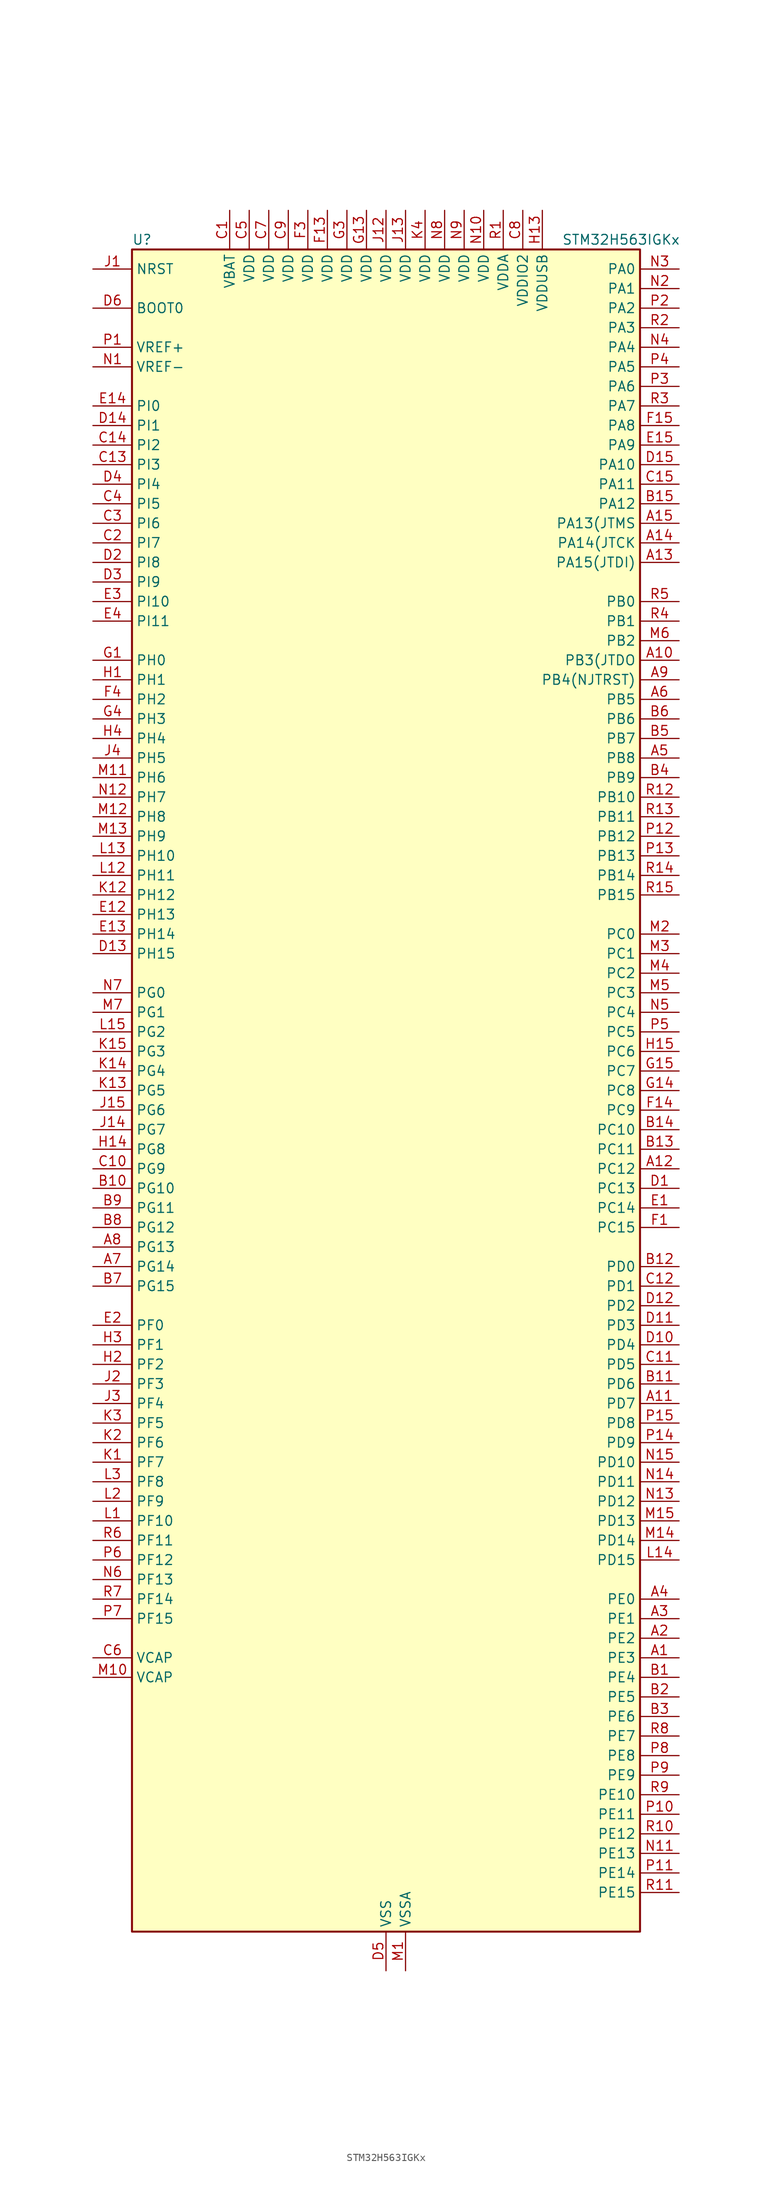
<source format=kicad_sym>
(kicad_symbol_lib
  (version 20231120)
  (generator "kicad_symbol_editor")
  (generator_version "8.0")
  (symbol "STM32H563IGKx"
    (property "Reference" "U"
      (at -33.02 110.49 0)
      (effects (font (size 1.27 1.27)) (justify left)))
    (property "Value" "STM32H563IGKx"
      (at 22.86 110.49 0)
      (effects (font (size 1.27 1.27)) (justify left)))
    (property "ki_locked" ""
      (at 0 0 0)
      (effects (font (size 1.27 1.27))))
    (symbol "STM32H563IGKx_0_1"
      (rectangle (start -33.02 -109.22) (end 33.02 109.22) (stroke (width 0.254) (type default)) (fill (type background))))
    (symbol "STM32H563IGKx_1_1"
      (pin bidirectional line (at 38.1 -73.66 180) (length 5.08) (name "PE3" (effects (font (size 1.27 1.27)))) (number "A1" (effects (font (size 1.27 1.27)))) (alternate "DEBUG_TRACED0" bidirectional line) (alternate "FMC_A19" bidirectional line) (alternate "SAI1_SD_B" bidirectional line) (alternate "TAMP_IN6" bidirectional line) (alternate "TAMP_OUT3" bidirectional line) (alternate "TIM15_BKIN" bidirectional line) (alternate "USART10_TX" bidirectional line))
      (pin bidirectional line (at 38.1 55.88 180) (length 5.08) (name "PB3(JTDO" (effects (font (size 1.27 1.27)))) (number "A10" (effects (font (size 1.27 1.27)))) (alternate "CRS_SYNC" bidirectional line) (alternate "DEBUG_JTDO-SWO" bidirectional line) (alternate "I2C2_SDA" bidirectional line) (alternate "I2S1_CK" bidirectional line) (alternate "I2S3_CK" bidirectional line) (alternate "LPTIM6_ETR" bidirectional line) (alternate "SDMMC2_D2" bidirectional line) (alternate "SPI1_SCK" bidirectional line) (alternate "SPI3_SCK" bidirectional line) (alternate "SPI6_SCK" bidirectional line) (alternate "TIM2_CH2" bidirectional line) (alternate "UART12_CTS" bidirectional line) (alternate "UART7_RX" bidirectional line))
      (pin bidirectional line (at 38.1 -40.64 180) (length 5.08) (name "PD7" (effects (font (size 1.27 1.27)))) (number "A11" (effects (font (size 1.27 1.27)))) (alternate "FMC_NCE" bidirectional line) (alternate "FMC_NE1" bidirectional line) (alternate "I2S1_SDO" bidirectional line) (alternate "LPTIM4_OUT" bidirectional line) (alternate "OCTOSPI1_IO7" bidirectional line) (alternate "SDMMC2_CMD" bidirectional line) (alternate "SPI1_MOSI" bidirectional line) (alternate "USART2_CK" bidirectional line))
      (pin bidirectional line (at 38.1 -10.16 180) (length 5.08) (name "PC12" (effects (font (size 1.27 1.27)))) (number "A12" (effects (font (size 1.27 1.27)))) (alternate "DCMI_D9" bidirectional line) (alternate "DEBUG_TRACED3" bidirectional line) (alternate "I2S3_SDO" bidirectional line) (alternate "PSSI_D9" bidirectional line) (alternate "SDMMC1_CK" bidirectional line) (alternate "SPI3_MOSI" bidirectional line) (alternate "SPI6_SCK" bidirectional line) (alternate "TIM15_CH1" bidirectional line) (alternate "UART5_TX" bidirectional line) (alternate "USART3_CK" bidirectional line))
      (pin bidirectional line (at 38.1 68.58 180) (length 5.08) (name "PA15(JTDI)" (effects (font (size 1.27 1.27)))) (number "A13" (effects (font (size 1.27 1.27)))) (alternate "ADC1_EXTI15" bidirectional line) (alternate "ADC2_EXTI15" bidirectional line) (alternate "CEC" bidirectional line) (alternate "DCMI_D11" bidirectional line) (alternate "DEBUG_JTDI" bidirectional line) (alternate "FMC_NBL1" bidirectional line) (alternate "I2S1_WS" bidirectional line) (alternate "I2S3_WS" bidirectional line) (alternate "LPTIM3_IN2" bidirectional line) (alternate "PSSI_D11" bidirectional line) (alternate "SPI1_NSS" bidirectional line) (alternate "SPI3_NSS" bidirectional line) (alternate "SPI6_NSS" bidirectional line) (alternate "TIM2_CH1" bidirectional line) (alternate "TIM2_ETR" bidirectional line) (alternate "UART4_DE" bidirectional line) (alternate "UART4_RTS" bidirectional line) (alternate "UART7_TX" bidirectional line))
      (pin bidirectional line (at 38.1 71.12 180) (length 5.08) (name "PA14(JTCK" (effects (font (size 1.27 1.27)))) (number "A14" (effects (font (size 1.27 1.27)))) (alternate "DEBUG_JTCK-SWCLK" bidirectional line))
      (pin bidirectional line (at 38.1 73.66 180) (length 5.08) (name "PA13(JTMS" (effects (font (size 1.27 1.27)))) (number "A15" (effects (font (size 1.27 1.27)))) (alternate "DEBUG_JTMS-SWDIO" bidirectional line))
      (pin bidirectional line (at 38.1 -71.12 180) (length 5.08) (name "PE2" (effects (font (size 1.27 1.27)))) (number "A2" (effects (font (size 1.27 1.27)))) (alternate "DCMI_D3" bidirectional line) (alternate "DEBUG_TRACECLK" bidirectional line) (alternate "ETH_TXD3" bidirectional line) (alternate "FMC_A23" bidirectional line) (alternate "LPTIM1_IN2" bidirectional line) (alternate "OCTOSPI1_IO2" bidirectional line) (alternate "PSSI_D3" bidirectional line) (alternate "SAI1_CK1" bidirectional line) (alternate "SAI1_MCLK_A" bidirectional line) (alternate "SPI4_SCK" bidirectional line) (alternate "UART8_TX" bidirectional line) (alternate "USART10_RX" bidirectional line))
      (pin bidirectional line (at 38.1 -68.58 180) (length 5.08) (name "PE1" (effects (font (size 1.27 1.27)))) (number "A3" (effects (font (size 1.27 1.27)))) (alternate "DCMI_D3" bidirectional line) (alternate "FDCAN1_TX" bidirectional line) (alternate "FMC_NBL1" bidirectional line) (alternate "LPTIM1_IN2" bidirectional line) (alternate "PSSI_D3" bidirectional line) (alternate "UART8_TX" bidirectional line))
      (pin bidirectional line (at 38.1 -66.04 180) (length 5.08) (name "PE0" (effects (font (size 1.27 1.27)))) (number "A4" (effects (font (size 1.27 1.27)))) (alternate "DCMI_D2" bidirectional line) (alternate "FDCAN1_RX" bidirectional line) (alternate "FMC_NBL0" bidirectional line) (alternate "LPTIM1_ETR" bidirectional line) (alternate "LPTIM2_CH2" bidirectional line) (alternate "LPTIM2_ETR" bidirectional line) (alternate "PSSI_D2" bidirectional line) (alternate "SAI2_MCLK_A" bidirectional line) (alternate "SPI3_RDY" bidirectional line) (alternate "TIM4_ETR" bidirectional line) (alternate "UART8_RX" bidirectional line))
      (pin bidirectional line (at 38.1 43.18 180) (length 5.08) (name "PB8" (effects (font (size 1.27 1.27)))) (number "A5" (effects (font (size 1.27 1.27)))) (alternate "DCMI_D6" bidirectional line) (alternate "ETH_TXD3" bidirectional line) (alternate "FDCAN1_RX" bidirectional line) (alternate "I2C1_SCL" bidirectional line) (alternate "I2C4_SCL" bidirectional line) (alternate "I3C1_SCL" bidirectional line) (alternate "PSSI_D6" bidirectional line) (alternate "SDMMC1_CKIN" bidirectional line) (alternate "SDMMC1_D4" bidirectional line) (alternate "SDMMC2_D4" bidirectional line) (alternate "SPI4_RDY" bidirectional line) (alternate "TIM16_CH1" bidirectional line) (alternate "TIM4_CH3" bidirectional line) (alternate "UART4_RX" bidirectional line))
      (pin bidirectional line (at 38.1 50.8 180) (length 5.08) (name "PB5" (effects (font (size 1.27 1.27)))) (number "A6" (effects (font (size 1.27 1.27)))) (alternate "DCMI_D10" bidirectional line) (alternate "ETH_PPS_OUT" bidirectional line) (alternate "FDCAN2_RX" bidirectional line) (alternate "FMC_SDCKE1" bidirectional line) (alternate "I2C1_SMBA" bidirectional line) (alternate "I2C4_SMBA" bidirectional line) (alternate "I2S1_SDO" bidirectional line) (alternate "I2S3_SDO" bidirectional line) (alternate "OCTOSPI1_NCLK" bidirectional line) (alternate "PSSI_D10" bidirectional line) (alternate "SPI1_MOSI" bidirectional line) (alternate "SPI3_MOSI" bidirectional line) (alternate "SPI6_MOSI" bidirectional line) (alternate "TIM17_BKIN" bidirectional line) (alternate "TIM3_CH2" bidirectional line) (alternate "UART5_RX" bidirectional line))
      (pin bidirectional line (at -38.1 -22.86 0) (length 5.08) (name "PG14" (effects (font (size 1.27 1.27)))) (number "A7" (effects (font (size 1.27 1.27)))) (alternate "DEBUG_TRACED1" bidirectional line) (alternate "ETH_TXD1" bidirectional line) (alternate "FMC_A25" bidirectional line) (alternate "LPTIM1_CH2" bidirectional line) (alternate "LPTIM1_ETR" bidirectional line) (alternate "LPTIM5_IN1" bidirectional line) (alternate "OCTOSPI1_IO7" bidirectional line) (alternate "SDMMC2_D7" bidirectional line) (alternate "SPI6_MOSI" bidirectional line) (alternate "USART10_RTS" bidirectional line) (alternate "USART6_TX" bidirectional line))
      (pin bidirectional line (at -38.1 -20.32 0) (length 5.08) (name "PG13" (effects (font (size 1.27 1.27)))) (number "A8" (effects (font (size 1.27 1.27)))) (alternate "DEBUG_TRACED0" bidirectional line) (alternate "ETH_TXD0" bidirectional line) (alternate "FMC_A24" bidirectional line) (alternate "LPTIM1_CH1" bidirectional line) (alternate "LPTIM5_CH2" bidirectional line) (alternate "SDMMC2_D6" bidirectional line) (alternate "SPI6_SCK" bidirectional line) (alternate "USART10_CTS" bidirectional line) (alternate "USART10_NSS" bidirectional line) (alternate "USART6_CTS" bidirectional line) (alternate "USART6_NSS" bidirectional line))
      (pin bidirectional line (at 38.1 53.34 180) (length 5.08) (name "PB4(NJTRST)" (effects (font (size 1.27 1.27)))) (number "A9" (effects (font (size 1.27 1.27)))) (alternate "DCMI_D7" bidirectional line) (alternate "DEBUG_JTRST" bidirectional line) (alternate "I2S1_SDI" bidirectional line) (alternate "I2S2_WS" bidirectional line) (alternate "I2S3_SDI" bidirectional line) (alternate "LPTIM1_CH2" bidirectional line) (alternate "OCTOSPI1_CLK" bidirectional line) (alternate "PSSI_D7" bidirectional line) (alternate "SDMMC2_D3" bidirectional line) (alternate "SPI1_MISO" bidirectional line) (alternate "SPI2_NSS" bidirectional line) (alternate "SPI3_MISO" bidirectional line) (alternate "SPI6_MISO" bidirectional line) (alternate "TIM16_BKIN" bidirectional line) (alternate "TIM3_CH1" bidirectional line) (alternate "UART7_TX" bidirectional line))
      (pin bidirectional line (at 38.1 -76.2 180) (length 5.08) (name "PE4" (effects (font (size 1.27 1.27)))) (number "B1" (effects (font (size 1.27 1.27)))) (alternate "DCMI_D4" bidirectional line) (alternate "DEBUG_TRACED1" bidirectional line) (alternate "FMC_A20" bidirectional line) (alternate "PSSI_D4" bidirectional line) (alternate "SAI1_D2" bidirectional line) (alternate "SAI1_FS_A" bidirectional line) (alternate "SPI4_NSS" bidirectional line) (alternate "TAMP_IN7" bidirectional line) (alternate "TAMP_OUT8" bidirectional line) (alternate "TIM15_CH1N" bidirectional line))
      (pin bidirectional line (at -38.1 -12.7 0) (length 5.08) (name "PG10" (effects (font (size 1.27 1.27)))) (number "B10" (effects (font (size 1.27 1.27)))) (alternate "DCMI_D2" bidirectional line) (alternate "FMC_NE3" bidirectional line) (alternate "I2S1_WS" bidirectional line) (alternate "PSSI_D2" bidirectional line) (alternate "SAI2_SD_B" bidirectional line) (alternate "SDMMC2_D1" bidirectional line) (alternate "SPI1_NSS" bidirectional line))
      (pin bidirectional line (at 38.1 -38.1 180) (length 5.08) (name "PD6" (effects (font (size 1.27 1.27)))) (number "B11" (effects (font (size 1.27 1.27)))) (alternate "DCMI_D10" bidirectional line) (alternate "FMC_NWAIT" bidirectional line) (alternate "I2S3_SDO" bidirectional line) (alternate "OCTOSPI1_IO6" bidirectional line) (alternate "PSSI_D10" bidirectional line) (alternate "SAI1_D1" bidirectional line) (alternate "SAI1_SD_A" bidirectional line) (alternate "SDMMC2_CK" bidirectional line) (alternate "SPI3_MOSI" bidirectional line) (alternate "USART2_RX" bidirectional line))
      (pin bidirectional line (at 38.1 -22.86 180) (length 5.08) (name "PD0" (effects (font (size 1.27 1.27)))) (number "B12" (effects (font (size 1.27 1.27)))) (alternate "FDCAN1_RX" bidirectional line) (alternate "FMC_D2" bidirectional line) (alternate "FMC_DA2" bidirectional line) (alternate "TIM8_CH4N" bidirectional line) (alternate "UART4_RX" bidirectional line) (alternate "UART9_CTS" bidirectional line))
      (pin bidirectional line (at 38.1 -7.62 180) (length 5.08) (name "PC11" (effects (font (size 1.27 1.27)))) (number "B13" (effects (font (size 1.27 1.27)))) (alternate "ADC1_EXTI11" bidirectional line) (alternate "ADC2_EXTI11" bidirectional line) (alternate "DCMI_D4" bidirectional line) (alternate "I2S3_SDI" bidirectional line) (alternate "LPTIM3_IN1" bidirectional line) (alternate "OCTOSPI1_NCS" bidirectional line) (alternate "PSSI_D4" bidirectional line) (alternate "SDMMC1_D3" bidirectional line) (alternate "SPI3_MISO" bidirectional line) (alternate "UART4_RX" bidirectional line) (alternate "USART3_RX" bidirectional line))
      (pin bidirectional line (at 38.1 -5.08 180) (length 5.08) (name "PC10" (effects (font (size 1.27 1.27)))) (number "B14" (effects (font (size 1.27 1.27)))) (alternate "DCMI_D8" bidirectional line) (alternate "ETH_TXD0" bidirectional line) (alternate "I2S3_CK" bidirectional line) (alternate "LPTIM3_ETR" bidirectional line) (alternate "OCTOSPI1_IO1" bidirectional line) (alternate "PSSI_D8" bidirectional line) (alternate "SDMMC1_D2" bidirectional line) (alternate "SPI3_SCK" bidirectional line) (alternate "UART4_TX" bidirectional line) (alternate "USART3_TX" bidirectional line))
      (pin bidirectional line (at 38.1 76.2 180) (length 5.08) (name "PA12" (effects (font (size 1.27 1.27)))) (number "B15" (effects (font (size 1.27 1.27)))) (alternate "FDCAN1_TX" bidirectional line) (alternate "I2S2_CK" bidirectional line) (alternate "LPUART1_RTS" bidirectional line) (alternate "SAI2_FS_B" bidirectional line) (alternate "SPI2_SCK" bidirectional line) (alternate "TIM1_ETR" bidirectional line) (alternate "UART4_TX" bidirectional line) (alternate "USART1_RTS" bidirectional line) (alternate "USB_DP" bidirectional line))
      (pin bidirectional line (at 38.1 -78.74 180) (length 5.08) (name "PE5" (effects (font (size 1.27 1.27)))) (number "B2" (effects (font (size 1.27 1.27)))) (alternate "DCMI_D6" bidirectional line) (alternate "DEBUG_TRACED2" bidirectional line) (alternate "FMC_A21" bidirectional line) (alternate "PSSI_D6" bidirectional line) (alternate "SAI1_CK2" bidirectional line) (alternate "SAI1_SCK_A" bidirectional line) (alternate "SPI4_MISO" bidirectional line) (alternate "TAMP_IN8" bidirectional line) (alternate "TAMP_OUT7" bidirectional line) (alternate "TIM15_CH1" bidirectional line))
      (pin bidirectional line (at 38.1 -81.28 180) (length 5.08) (name "PE6" (effects (font (size 1.27 1.27)))) (number "B3" (effects (font (size 1.27 1.27)))) (alternate "DCMI_D7" bidirectional line) (alternate "DEBUG_TRACED3" bidirectional line) (alternate "FMC_A22" bidirectional line) (alternate "PSSI_D7" bidirectional line) (alternate "SAI1_D1" bidirectional line) (alternate "SAI1_SD_A" bidirectional line) (alternate "SAI2_MCLK_B" bidirectional line) (alternate "SPI4_MOSI" bidirectional line) (alternate "TAMP_IN3" bidirectional line) (alternate "TAMP_OUT6" bidirectional line) (alternate "TIM15_CH2" bidirectional line) (alternate "TIM1_BKIN2" bidirectional line))
      (pin bidirectional line (at 38.1 40.64 180) (length 5.08) (name "PB9" (effects (font (size 1.27 1.27)))) (number "B4" (effects (font (size 1.27 1.27)))) (alternate "DAC1_EXTI9" bidirectional line) (alternate "DCMI_D7" bidirectional line) (alternate "FDCAN1_TX" bidirectional line) (alternate "I2C1_SDA" bidirectional line) (alternate "I2C4_SDA" bidirectional line) (alternate "I2S2_WS" bidirectional line) (alternate "I3C1_SDA" bidirectional line) (alternate "PSSI_D7" bidirectional line) (alternate "SDMMC1_CDIR" bidirectional line) (alternate "SDMMC1_D5" bidirectional line) (alternate "SDMMC2_CKIN" bidirectional line) (alternate "SDMMC2_D5" bidirectional line) (alternate "SPI2_NSS" bidirectional line) (alternate "TIM17_CH1" bidirectional line) (alternate "TIM4_CH4" bidirectional line) (alternate "UART4_TX" bidirectional line))
      (pin bidirectional line (at 38.1 45.72 180) (length 5.08) (name "PB7" (effects (font (size 1.27 1.27)))) (number "B5" (effects (font (size 1.27 1.27)))) (alternate "DCMI_VSYNC" bidirectional line) (alternate "FDCAN1_TX" bidirectional line) (alternate "FMC_NL" bidirectional line) (alternate "I2C1_SDA" bidirectional line) (alternate "I2C4_SDA" bidirectional line) (alternate "I3C1_SDA" bidirectional line) (alternate "LPUART1_RX" bidirectional line) (alternate "PSSI_RDY" bidirectional line) (alternate "PWR_WKUP5" bidirectional line) (alternate "SDMMC2_CKIN" bidirectional line) (alternate "SDMMC2_D5" bidirectional line) (alternate "TIM17_CH1N" bidirectional line) (alternate "TIM4_CH2" bidirectional line) (alternate "USART1_RX" bidirectional line))
      (pin bidirectional line (at 38.1 48.26 180) (length 5.08) (name "PB6" (effects (font (size 1.27 1.27)))) (number "B6" (effects (font (size 1.27 1.27)))) (alternate "CEC" bidirectional line) (alternate "DCMI_D5" bidirectional line) (alternate "FDCAN2_TX" bidirectional line) (alternate "FMC_SDNE1" bidirectional line) (alternate "I2C1_SCL" bidirectional line) (alternate "I2C4_SCL" bidirectional line) (alternate "I3C1_SCL" bidirectional line) (alternate "LPUART1_TX" bidirectional line) (alternate "OCTOSPI1_NCS" bidirectional line) (alternate "PSSI_D5" bidirectional line) (alternate "TIM16_CH1N" bidirectional line) (alternate "TIM4_CH1" bidirectional line) (alternate "UART5_TX" bidirectional line) (alternate "USART1_TX" bidirectional line))
      (pin bidirectional line (at -38.1 -25.4 0) (length 5.08) (name "PG15" (effects (font (size 1.27 1.27)))) (number "B7" (effects (font (size 1.27 1.27)))) (alternate "ADC1_EXTI15" bidirectional line) (alternate "ADC2_EXTI15" bidirectional line) (alternate "DCMI_D13" bidirectional line) (alternate "FMC_SDNCAS" bidirectional line) (alternate "PSSI_D13" bidirectional line) (alternate "SPI4_RDY" bidirectional line) (alternate "USART10_CK" bidirectional line) (alternate "USART6_CTS" bidirectional line) (alternate "USART6_NSS" bidirectional line))
      (pin bidirectional line (at -38.1 -17.78 0) (length 5.08) (name "PG12" (effects (font (size 1.27 1.27)))) (number "B8" (effects (font (size 1.27 1.27)))) (alternate "DCMI_D11" bidirectional line) (alternate "ETH_TXD1" bidirectional line) (alternate "FMC_NE4" bidirectional line) (alternate "LPTIM1_IN1" bidirectional line) (alternate "LPTIM5_CH1" bidirectional line) (alternate "PSSI_D11" bidirectional line) (alternate "PSSI_D15" bidirectional line) (alternate "SDMMC2_D3" bidirectional line) (alternate "SPI6_MISO" bidirectional line) (alternate "USART10_TX" bidirectional line) (alternate "USART6_RTS" bidirectional line))
      (pin bidirectional line (at -38.1 -15.24 0) (length 5.08) (name "PG11" (effects (font (size 1.27 1.27)))) (number "B9" (effects (font (size 1.27 1.27)))) (alternate "ADC1_EXTI11" bidirectional line) (alternate "ADC2_EXTI11" bidirectional line) (alternate "DCMI_D3" bidirectional line) (alternate "ETH_TX_EN" bidirectional line) (alternate "I2S1_CK" bidirectional line) (alternate "LPTIM1_IN2" bidirectional line) (alternate "PSSI_D3" bidirectional line) (alternate "SDMMC2_D2" bidirectional line) (alternate "SPI1_SCK" bidirectional line) (alternate "USART10_RX" bidirectional line) (alternate "USART11_RTS" bidirectional line))
      (pin power_in line (at -20.32 114.3 270) (length 5.08) (name "VBAT" (effects (font (size 1.27 1.27)))) (number "C1" (effects (font (size 1.27 1.27)))))
      (pin bidirectional line (at -38.1 -10.16 0) (length 5.08) (name "PG9" (effects (font (size 1.27 1.27)))) (number "C10" (effects (font (size 1.27 1.27)))) (alternate "DAC1_EXTI9" bidirectional line) (alternate "DCMI_VSYNC" bidirectional line) (alternate "FMC_NCE" bidirectional line) (alternate "FMC_NE2" bidirectional line) (alternate "I2S1_SDI" bidirectional line) (alternate "OCTOSPI1_IO6" bidirectional line) (alternate "PSSI_RDY" bidirectional line) (alternate "SAI2_FS_B" bidirectional line) (alternate "SDMMC2_D0" bidirectional line) (alternate "SPI1_MISO" bidirectional line) (alternate "USART6_RX" bidirectional line))
      (pin bidirectional line (at 38.1 -35.56 180) (length 5.08) (name "PD5" (effects (font (size 1.27 1.27)))) (number "C11" (effects (font (size 1.27 1.27)))) (alternate "FDCAN1_TX" bidirectional line) (alternate "FMC_NWE" bidirectional line) (alternate "OCTOSPI1_IO5" bidirectional line) (alternate "SPI2_RDY" bidirectional line) (alternate "TIM1_CH4N" bidirectional line) (alternate "USART2_TX" bidirectional line))
      (pin bidirectional line (at 38.1 -25.4 180) (length 5.08) (name "PD1" (effects (font (size 1.27 1.27)))) (number "C12" (effects (font (size 1.27 1.27)))) (alternate "FDCAN1_TX" bidirectional line) (alternate "FMC_D3" bidirectional line) (alternate "FMC_DA3" bidirectional line) (alternate "UART4_TX" bidirectional line))
      (pin bidirectional line (at -38.1 81.28 0) (length 5.08) (name "PI3" (effects (font (size 1.27 1.27)))) (number "C13" (effects (font (size 1.27 1.27)))) (alternate "DCMI_D10" bidirectional line) (alternate "I2S2_SDO" bidirectional line) (alternate "PSSI_D10" bidirectional line) (alternate "SPI2_MOSI" bidirectional line) (alternate "TIM8_ETR" bidirectional line))
      (pin bidirectional line (at -38.1 83.82 0) (length 5.08) (name "PI2" (effects (font (size 1.27 1.27)))) (number "C14" (effects (font (size 1.27 1.27)))) (alternate "DCMI_D9" bidirectional line) (alternate "I2S2_SDI" bidirectional line) (alternate "PSSI_D9" bidirectional line) (alternate "SPI2_MISO" bidirectional line) (alternate "TIM8_CH4" bidirectional line))
      (pin bidirectional line (at 38.1 78.74 180) (length 5.08) (name "PA11" (effects (font (size 1.27 1.27)))) (number "C15" (effects (font (size 1.27 1.27)))) (alternate "ADC1_EXTI11" bidirectional line) (alternate "ADC2_EXTI11" bidirectional line) (alternate "FDCAN1_RX" bidirectional line) (alternate "I2S2_WS" bidirectional line) (alternate "LPUART1_CTS" bidirectional line) (alternate "SPI2_NSS" bidirectional line) (alternate "TIM1_CH4" bidirectional line) (alternate "UART4_RX" bidirectional line) (alternate "USART1_CTS" bidirectional line) (alternate "USART1_NSS" bidirectional line) (alternate "USB_DM" bidirectional line))
      (pin bidirectional line (at -38.1 71.12 0) (length 5.08) (name "PI7" (effects (font (size 1.27 1.27)))) (number "C2" (effects (font (size 1.27 1.27)))) (alternate "DCMI_D7" bidirectional line) (alternate "PSSI_D7" bidirectional line) (alternate "SAI2_FS_A" bidirectional line) (alternate "TIM8_CH3" bidirectional line))
      (pin bidirectional line (at -38.1 73.66 0) (length 5.08) (name "PI6" (effects (font (size 1.27 1.27)))) (number "C3" (effects (font (size 1.27 1.27)))) (alternate "DCMI_D6" bidirectional line) (alternate "PSSI_D6" bidirectional line) (alternate "SAI2_SD_A" bidirectional line) (alternate "TIM8_CH2" bidirectional line))
      (pin bidirectional line (at -38.1 76.2 0) (length 5.08) (name "PI5" (effects (font (size 1.27 1.27)))) (number "C4" (effects (font (size 1.27 1.27)))) (alternate "DCMI_VSYNC" bidirectional line) (alternate "PSSI_RDY" bidirectional line) (alternate "SAI2_SCK_A" bidirectional line) (alternate "TIM8_CH1" bidirectional line))
      (pin power_in line (at -17.78 114.3 270) (length 5.08) (name "VDD" (effects (font (size 1.27 1.27)))) (number "C5" (effects (font (size 1.27 1.27)))))
      (pin power_out line (at -38.1 -73.66 0) (length 5.08) (name "VCAP" (effects (font (size 1.27 1.27)))) (number "C6" (effects (font (size 1.27 1.27)))))
      (pin power_in line (at -15.24 114.3 270) (length 5.08) (name "VDD" (effects (font (size 1.27 1.27)))) (number "C7" (effects (font (size 1.27 1.27)))))
      (pin power_in line (at 17.78 114.3 270) (length 5.08) (name "VDDIO2" (effects (font (size 1.27 1.27)))) (number "C8" (effects (font (size 1.27 1.27)))))
      (pin power_in line (at -12.7 114.3 270) (length 5.08) (name "VDD" (effects (font (size 1.27 1.27)))) (number "C9" (effects (font (size 1.27 1.27)))))
      (pin bidirectional line (at 38.1 -12.7 180) (length 5.08) (name "PC13" (effects (font (size 1.27 1.27)))) (number "D1" (effects (font (size 1.27 1.27)))) (alternate "PWR_WKUP4" bidirectional line) (alternate "RTC_OUT1" bidirectional line) (alternate "RTC_TS" bidirectional line) (alternate "TAMP_IN1" bidirectional line) (alternate "TAMP_OUT2" bidirectional line) (alternate "TAMP_OUT3" bidirectional line))
      (pin bidirectional line (at 38.1 -33.02 180) (length 5.08) (name "PD4" (effects (font (size 1.27 1.27)))) (number "D10" (effects (font (size 1.27 1.27)))) (alternate "FMC_NOE" bidirectional line) (alternate "OCTOSPI1_IO4" bidirectional line) (alternate "USART2_RTS" bidirectional line))
      (pin bidirectional line (at 38.1 -30.48 180) (length 5.08) (name "PD3" (effects (font (size 1.27 1.27)))) (number "D11" (effects (font (size 1.27 1.27)))) (alternate "DCMI_D5" bidirectional line) (alternate "FMC_CLK" bidirectional line) (alternate "I2S2_CK" bidirectional line) (alternate "PSSI_D5" bidirectional line) (alternate "PWR_WKUP8" bidirectional line) (alternate "SPI2_SCK" bidirectional line) (alternate "USART2_CTS" bidirectional line) (alternate "USART2_NSS" bidirectional line))
      (pin bidirectional line (at 38.1 -27.94 180) (length 5.08) (name "PD2" (effects (font (size 1.27 1.27)))) (number "D12" (effects (font (size 1.27 1.27)))) (alternate "DCMI_D11" bidirectional line) (alternate "DEBUG_TRACED2" bidirectional line) (alternate "LPTIM4_ETR" bidirectional line) (alternate "PSSI_D11" bidirectional line) (alternate "PWR_WKUP7" bidirectional line) (alternate "SDMMC1_CMD" bidirectional line) (alternate "TIM15_BKIN" bidirectional line) (alternate "TIM3_ETR" bidirectional line) (alternate "UART5_RX" bidirectional line))
      (pin bidirectional line (at -38.1 17.78 0) (length 5.08) (name "PH15" (effects (font (size 1.27 1.27)))) (number "D13" (effects (font (size 1.27 1.27)))) (alternate "ADC1_EXTI15" bidirectional line) (alternate "ADC2_EXTI15" bidirectional line) (alternate "DCMI_D11" bidirectional line) (alternate "PSSI_D11" bidirectional line) (alternate "TIM8_CH3N" bidirectional line))
      (pin bidirectional line (at -38.1 86.36 0) (length 5.08) (name "PI1" (effects (font (size 1.27 1.27)))) (number "D14" (effects (font (size 1.27 1.27)))) (alternate "DCMI_D8" bidirectional line) (alternate "I2S2_CK" bidirectional line) (alternate "PSSI_D8" bidirectional line) (alternate "SPI2_SCK" bidirectional line) (alternate "TIM8_BKIN2" bidirectional line))
      (pin bidirectional line (at 38.1 81.28 180) (length 5.08) (name "PA10" (effects (font (size 1.27 1.27)))) (number "D15" (effects (font (size 1.27 1.27)))) (alternate "DCMI_D1" bidirectional line) (alternate "FDCAN2_TX" bidirectional line) (alternate "LPTIM2_IN2" bidirectional line) (alternate "LPUART1_RX" bidirectional line) (alternate "PSSI_D1" bidirectional line) (alternate "SDMMC1_D0" bidirectional line) (alternate "TIM1_CH3" bidirectional line) (alternate "UCPD1_FRSTX" bidirectional line) (alternate "USART1_RX" bidirectional line))
      (pin bidirectional line (at -38.1 68.58 0) (length 5.08) (name "PI8" (effects (font (size 1.27 1.27)))) (number "D2" (effects (font (size 1.27 1.27)))) (alternate "PWR_WKUP3" bidirectional line) (alternate "RTC_OUT2" bidirectional line) (alternate "TAMP_IN2" bidirectional line) (alternate "TAMP_OUT3" bidirectional line))
      (pin bidirectional line (at -38.1 66.04 0) (length 5.08) (name "PI9" (effects (font (size 1.27 1.27)))) (number "D3" (effects (font (size 1.27 1.27)))) (alternate "DAC1_EXTI9" bidirectional line) (alternate "FDCAN1_RX" bidirectional line) (alternate "UART4_RX" bidirectional line))
      (pin bidirectional line (at -38.1 78.74 0) (length 5.08) (name "PI4" (effects (font (size 1.27 1.27)))) (number "D4" (effects (font (size 1.27 1.27)))) (alternate "DCMI_D5" bidirectional line) (alternate "PSSI_D5" bidirectional line) (alternate "SAI2_MCLK_A" bidirectional line) (alternate "SPI2_RDY" bidirectional line) (alternate "TIM8_BKIN" bidirectional line))
      (pin power_in line (at 0 -114.3 90) (length 5.08) (name "VSS" (effects (font (size 1.27 1.27)))) (number "D5" (effects (font (size 1.27 1.27)))))
      (pin input line (at -38.1 101.6 0) (length 5.08) (name "BOOT0" (effects (font (size 1.27 1.27)))) (number "D6" (effects (font (size 1.27 1.27)))))
      (pin passive line (at 0 -114.3 90) (length 5.08) hide (name "VSS" (effects (font (size 1.27 1.27)))) (number "D7" (effects (font (size 1.27 1.27)))))
      (pin passive line (at 0 -114.3 90) (length 5.08) hide (name "VSS" (effects (font (size 1.27 1.27)))) (number "D8" (effects (font (size 1.27 1.27)))))
      (pin passive line (at 0 -114.3 90) (length 5.08) hide (name "VSS" (effects (font (size 1.27 1.27)))) (number "D9" (effects (font (size 1.27 1.27)))))
      (pin bidirectional line (at 38.1 -15.24 180) (length 5.08) (name "PC14" (effects (font (size 1.27 1.27)))) (number "E1" (effects (font (size 1.27 1.27)))) (alternate "RCC_OSC32_IN" bidirectional line))
      (pin bidirectional line (at -38.1 22.86 0) (length 5.08) (name "PH13" (effects (font (size 1.27 1.27)))) (number "E12" (effects (font (size 1.27 1.27)))) (alternate "DCMI_D3" bidirectional line) (alternate "FDCAN1_TX" bidirectional line) (alternate "LPTIM1_IN2" bidirectional line) (alternate "PSSI_D3" bidirectional line) (alternate "TIM8_CH1N" bidirectional line) (alternate "UART4_TX" bidirectional line) (alternate "UART8_TX" bidirectional line))
      (pin bidirectional line (at -38.1 20.32 0) (length 5.08) (name "PH14" (effects (font (size 1.27 1.27)))) (number "E13" (effects (font (size 1.27 1.27)))) (alternate "DCMI_D4" bidirectional line) (alternate "FDCAN1_RX" bidirectional line) (alternate "PSSI_D4" bidirectional line) (alternate "TIM8_CH2N" bidirectional line) (alternate "UART4_RX" bidirectional line))
      (pin bidirectional line (at -38.1 88.9 0) (length 5.08) (name "PI0" (effects (font (size 1.27 1.27)))) (number "E14" (effects (font (size 1.27 1.27)))) (alternate "DCMI_D13" bidirectional line) (alternate "I2S2_WS" bidirectional line) (alternate "PSSI_D13" bidirectional line) (alternate "SPI2_NSS" bidirectional line) (alternate "TIM5_CH4" bidirectional line))
      (pin bidirectional line (at 38.1 83.82 180) (length 5.08) (name "PA9" (effects (font (size 1.27 1.27)))) (number "E15" (effects (font (size 1.27 1.27)))) (alternate "DAC1_EXTI9" bidirectional line) (alternate "DCMI_D0" bidirectional line) (alternate "ETH_TX_ER" bidirectional line) (alternate "FMC_NWE" bidirectional line) (alternate "I2C3_SMBA" bidirectional line) (alternate "I2S2_CK" bidirectional line) (alternate "LPUART1_TX" bidirectional line) (alternate "PSSI_D0" bidirectional line) (alternate "SPI2_SCK" bidirectional line) (alternate "TIM1_CH2" bidirectional line) (alternate "UCPD1_DB1" bidirectional line) (alternate "USART1_TX" bidirectional line))
      (pin bidirectional line (at -38.1 -30.48 0) (length 5.08) (name "PF0" (effects (font (size 1.27 1.27)))) (number "E2" (effects (font (size 1.27 1.27)))) (alternate "FMC_A0" bidirectional line) (alternate "I2C2_SDA" bidirectional line) (alternate "LPTIM5_CH1" bidirectional line))
      (pin bidirectional line (at -38.1 63.5 0) (length 5.08) (name "PI10" (effects (font (size 1.27 1.27)))) (number "E3" (effects (font (size 1.27 1.27)))) (alternate "ETH_RX_ER" bidirectional line) (alternate "FDCAN1_RX" bidirectional line) (alternate "PSSI_D14" bidirectional line))
      (pin bidirectional line (at -38.1 60.96 0) (length 5.08) (name "PI11" (effects (font (size 1.27 1.27)))) (number "E4" (effects (font (size 1.27 1.27)))) (alternate "ADC1_EXTI11" bidirectional line) (alternate "ADC2_EXTI11" bidirectional line) (alternate "PSSI_D15" bidirectional line) (alternate "TAMP_IN4" bidirectional line) (alternate "TAMP_OUT5" bidirectional line))
      (pin bidirectional line (at 38.1 -17.78 180) (length 5.08) (name "PC15" (effects (font (size 1.27 1.27)))) (number "F1" (effects (font (size 1.27 1.27)))) (alternate "ADC1_EXTI15" bidirectional line) (alternate "ADC2_EXTI15" bidirectional line) (alternate "RCC_OSC32_OUT" bidirectional line))
      (pin passive line (at 0 -114.3 90) (length 5.08) hide (name "VSS" (effects (font (size 1.27 1.27)))) (number "F10" (effects (font (size 1.27 1.27)))))
      (pin passive line (at 0 -114.3 90) (length 5.08) hide (name "VSS" (effects (font (size 1.27 1.27)))) (number "F12" (effects (font (size 1.27 1.27)))))
      (pin power_in line (at -7.62 114.3 270) (length 5.08) (name "VDD" (effects (font (size 1.27 1.27)))) (number "F13" (effects (font (size 1.27 1.27)))))
      (pin bidirectional line (at 38.1 -2.54 180) (length 5.08) (name "PC9" (effects (font (size 1.27 1.27)))) (number "F14" (effects (font (size 1.27 1.27)))) (alternate "AUDIOCLK" bidirectional line) (alternate "DAC1_EXTI9" bidirectional line) (alternate "DCMI_D3" bidirectional line) (alternate "FMC_CLE" bidirectional line) (alternate "I2C3_SDA" bidirectional line) (alternate "OCTOSPI1_IO0" bidirectional line) (alternate "PSSI_D3" bidirectional line) (alternate "RCC_MCO_2" bidirectional line) (alternate "SDMMC1_D1" bidirectional line) (alternate "TIM3_CH4" bidirectional line) (alternate "TIM8_CH4" bidirectional line) (alternate "UART5_CTS" bidirectional line) (alternate "UCPD1_DB2" bidirectional line))
      (pin bidirectional line (at 38.1 86.36 180) (length 5.08) (name "PA8" (effects (font (size 1.27 1.27)))) (number "F15" (effects (font (size 1.27 1.27)))) (alternate "DCMI_D3" bidirectional line) (alternate "FMC_NOE" bidirectional line) (alternate "I2C3_SCL" bidirectional line) (alternate "PSSI_D3" bidirectional line) (alternate "RCC_MCO_1" bidirectional line) (alternate "SPI1_RDY" bidirectional line) (alternate "TIM1_CH1" bidirectional line) (alternate "TIM8_BKIN2" bidirectional line) (alternate "UART7_RX" bidirectional line) (alternate "USART1_CK" bidirectional line) (alternate "USB_SOF" bidirectional line))
      (pin passive line (at 0 -114.3 90) (length 5.08) hide (name "VSS" (effects (font (size 1.27 1.27)))) (number "F2" (effects (font (size 1.27 1.27)))))
      (pin power_in line (at -10.16 114.3 270) (length 5.08) (name "VDD" (effects (font (size 1.27 1.27)))) (number "F3" (effects (font (size 1.27 1.27)))))
      (pin bidirectional line (at -38.1 50.8 0) (length 5.08) (name "PH2" (effects (font (size 1.27 1.27)))) (number "F4" (effects (font (size 1.27 1.27)))) (alternate "ETH_CRS" bidirectional line) (alternate "FMC_SDCKE0" bidirectional line) (alternate "LPTIM1_IN2" bidirectional line) (alternate "OCTOSPI1_IO4" bidirectional line) (alternate "SAI2_SCK_B" bidirectional line))
      (pin passive line (at 0 -114.3 90) (length 5.08) hide (name "VSS" (effects (font (size 1.27 1.27)))) (number "F6" (effects (font (size 1.27 1.27)))))
      (pin passive line (at 0 -114.3 90) (length 5.08) hide (name "VSS" (effects (font (size 1.27 1.27)))) (number "F7" (effects (font (size 1.27 1.27)))))
      (pin passive line (at 0 -114.3 90) (length 5.08) hide (name "VSS" (effects (font (size 1.27 1.27)))) (number "F8" (effects (font (size 1.27 1.27)))))
      (pin passive line (at 0 -114.3 90) (length 5.08) hide (name "VSS" (effects (font (size 1.27 1.27)))) (number "F9" (effects (font (size 1.27 1.27)))))
      (pin bidirectional line (at -38.1 55.88 0) (length 5.08) (name "PH0" (effects (font (size 1.27 1.27)))) (number "G1" (effects (font (size 1.27 1.27)))) (alternate "RCC_OSC_IN" bidirectional line))
      (pin passive line (at 0 -114.3 90) (length 5.08) hide (name "VSS" (effects (font (size 1.27 1.27)))) (number "G10" (effects (font (size 1.27 1.27)))))
      (pin passive line (at 0 -114.3 90) (length 5.08) hide (name "VSS" (effects (font (size 1.27 1.27)))) (number "G12" (effects (font (size 1.27 1.27)))))
      (pin power_in line (at -2.54 114.3 270) (length 5.08) (name "VDD" (effects (font (size 1.27 1.27)))) (number "G13" (effects (font (size 1.27 1.27)))))
      (pin bidirectional line (at 38.1 0 180) (length 5.08) (name "PC8" (effects (font (size 1.27 1.27)))) (number "G14" (effects (font (size 1.27 1.27)))) (alternate "DCMI_D2" bidirectional line) (alternate "DEBUG_TRACED1" bidirectional line) (alternate "FMC_ALE" bidirectional line) (alternate "FMC_INT" bidirectional line) (alternate "FMC_NCE" bidirectional line) (alternate "FMC_NE2" bidirectional line) (alternate "PSSI_D2" bidirectional line) (alternate "SDMMC1_D0" bidirectional line) (alternate "TIM3_CH3" bidirectional line) (alternate "TIM8_CH3" bidirectional line) (alternate "UART5_DE" bidirectional line) (alternate "UART5_RTS" bidirectional line) (alternate "USART6_CK" bidirectional line))
      (pin bidirectional line (at 38.1 2.54 180) (length 5.08) (name "PC7" (effects (font (size 1.27 1.27)))) (number "G15" (effects (font (size 1.27 1.27)))) (alternate "DCMI_D1" bidirectional line) (alternate "DEBUG_TRGIO" bidirectional line) (alternate "FMC_NE1" bidirectional line) (alternate "I2S3_MCK" bidirectional line) (alternate "OCTOSPI1_IO6" bidirectional line) (alternate "PSSI_D1" bidirectional line) (alternate "SDMMC1_D123DIR" bidirectional line) (alternate "SDMMC1_D7" bidirectional line) (alternate "SDMMC2_D7" bidirectional line) (alternate "TIM3_CH2" bidirectional line) (alternate "TIM8_CH2" bidirectional line) (alternate "USART6_RX" bidirectional line))
      (pin passive line (at 0 -114.3 90) (length 5.08) hide (name "VSS" (effects (font (size 1.27 1.27)))) (number "G2" (effects (font (size 1.27 1.27)))))
      (pin power_in line (at -5.08 114.3 270) (length 5.08) (name "VDD" (effects (font (size 1.27 1.27)))) (number "G3" (effects (font (size 1.27 1.27)))))
      (pin bidirectional line (at -38.1 48.26 0) (length 5.08) (name "PH3" (effects (font (size 1.27 1.27)))) (number "G4" (effects (font (size 1.27 1.27)))) (alternate "ETH_COL" bidirectional line) (alternate "FMC_SDNE0" bidirectional line) (alternate "OCTOSPI1_IO5" bidirectional line) (alternate "SAI2_MCLK_B" bidirectional line))
      (pin passive line (at 0 -114.3 90) (length 5.08) hide (name "VSS" (effects (font (size 1.27 1.27)))) (number "G6" (effects (font (size 1.27 1.27)))))
      (pin passive line (at 0 -114.3 90) (length 5.08) hide (name "VSS" (effects (font (size 1.27 1.27)))) (number "G7" (effects (font (size 1.27 1.27)))))
      (pin passive line (at 0 -114.3 90) (length 5.08) hide (name "VSS" (effects (font (size 1.27 1.27)))) (number "G8" (effects (font (size 1.27 1.27)))))
      (pin passive line (at 0 -114.3 90) (length 5.08) hide (name "VSS" (effects (font (size 1.27 1.27)))) (number "G9" (effects (font (size 1.27 1.27)))))
      (pin bidirectional line (at -38.1 53.34 0) (length 5.08) (name "PH1" (effects (font (size 1.27 1.27)))) (number "H1" (effects (font (size 1.27 1.27)))) (alternate "RCC_OSC_OUT" bidirectional line))
      (pin passive line (at 0 -114.3 90) (length 5.08) hide (name "VSS" (effects (font (size 1.27 1.27)))) (number "H10" (effects (font (size 1.27 1.27)))))
      (pin passive line (at 0 -114.3 90) (length 5.08) hide (name "VSS" (effects (font (size 1.27 1.27)))) (number "H12" (effects (font (size 1.27 1.27)))))
      (pin power_in line (at 20.32 114.3 270) (length 5.08) (name "VDDUSB" (effects (font (size 1.27 1.27)))) (number "H13" (effects (font (size 1.27 1.27)))))
      (pin bidirectional line (at -38.1 -7.62 0) (length 5.08) (name "PG8" (effects (font (size 1.27 1.27)))) (number "H14" (effects (font (size 1.27 1.27)))) (alternate "ETH_PPS_OUT" bidirectional line) (alternate "FMC_SDCLK" bidirectional line) (alternate "SPI6_NSS" bidirectional line) (alternate "TIM8_ETR" bidirectional line) (alternate "USART6_RTS" bidirectional line))
      (pin bidirectional line (at 38.1 5.08 180) (length 5.08) (name "PC6" (effects (font (size 1.27 1.27)))) (number "H15" (effects (font (size 1.27 1.27)))) (alternate "DCMI_D0" bidirectional line) (alternate "FMC_NWAIT" bidirectional line) (alternate "I2S2_MCK" bidirectional line) (alternate "OCTOSPI1_IO5" bidirectional line) (alternate "PSSI_D0" bidirectional line) (alternate "SAI1_SCK_A" bidirectional line) (alternate "SDMMC1_D0DIR" bidirectional line) (alternate "SDMMC1_D6" bidirectional line) (alternate "SDMMC2_D6" bidirectional line) (alternate "TIM3_CH1" bidirectional line) (alternate "TIM8_CH1" bidirectional line) (alternate "USART6_TX" bidirectional line))
      (pin bidirectional line (at -38.1 -35.56 0) (length 5.08) (name "PF2" (effects (font (size 1.27 1.27)))) (number "H2" (effects (font (size 1.27 1.27)))) (alternate "FMC_A2" bidirectional line) (alternate "I2C2_SMBA" bidirectional line) (alternate "LPTIM3_CH2" bidirectional line) (alternate "LPTIM3_IN2" bidirectional line) (alternate "LPTIM5_IN1" bidirectional line) (alternate "UART12_TX" bidirectional line) (alternate "USART11_CK" bidirectional line))
      (pin bidirectional line (at -38.1 -33.02 0) (length 5.08) (name "PF1" (effects (font (size 1.27 1.27)))) (number "H3" (effects (font (size 1.27 1.27)))) (alternate "FMC_A1" bidirectional line) (alternate "I2C2_SCL" bidirectional line) (alternate "LPTIM5_CH2" bidirectional line))
      (pin bidirectional line (at -38.1 45.72 0) (length 5.08) (name "PH4" (effects (font (size 1.27 1.27)))) (number "H4" (effects (font (size 1.27 1.27)))) (alternate "I2C2_SCL" bidirectional line) (alternate "PSSI_D14" bidirectional line) (alternate "SPI5_RDY" bidirectional line) (alternate "SPI6_RDY" bidirectional line))
      (pin passive line (at 0 -114.3 90) (length 5.08) hide (name "VSS" (effects (font (size 1.27 1.27)))) (number "H6" (effects (font (size 1.27 1.27)))))
      (pin passive line (at 0 -114.3 90) (length 5.08) hide (name "VSS" (effects (font (size 1.27 1.27)))) (number "H7" (effects (font (size 1.27 1.27)))))
      (pin passive line (at 0 -114.3 90) (length 5.08) hide (name "VSS" (effects (font (size 1.27 1.27)))) (number "H8" (effects (font (size 1.27 1.27)))))
      (pin passive line (at 0 -114.3 90) (length 5.08) hide (name "VSS" (effects (font (size 1.27 1.27)))) (number "H9" (effects (font (size 1.27 1.27)))))
      (pin input line (at -38.1 106.68 0) (length 5.08) (name "NRST" (effects (font (size 1.27 1.27)))) (number "J1" (effects (font (size 1.27 1.27)))))
      (pin passive line (at 0 -114.3 90) (length 5.08) hide (name "VSS" (effects (font (size 1.27 1.27)))) (number "J10" (effects (font (size 1.27 1.27)))))
      (pin power_in line (at 0 114.3 270) (length 5.08) (name "VDD" (effects (font (size 1.27 1.27)))) (number "J12" (effects (font (size 1.27 1.27)))))
      (pin power_in line (at 2.54 114.3 270) (length 5.08) (name "VDD" (effects (font (size 1.27 1.27)))) (number "J13" (effects (font (size 1.27 1.27)))))
      (pin bidirectional line (at -38.1 -5.08 0) (length 5.08) (name "PG7" (effects (font (size 1.27 1.27)))) (number "J14" (effects (font (size 1.27 1.27)))) (alternate "DCMI_D13" bidirectional line) (alternate "FMC_INT" bidirectional line) (alternate "I2C4_SCL" bidirectional line) (alternate "I3C1_SCL" bidirectional line) (alternate "PSSI_D13" bidirectional line) (alternate "SAI1_CK2" bidirectional line) (alternate "SAI1_MCLK_A" bidirectional line) (alternate "UCPD1_FRSTX" bidirectional line) (alternate "USART6_CK" bidirectional line))
      (pin bidirectional line (at -38.1 -2.54 0) (length 5.08) (name "PG6" (effects (font (size 1.27 1.27)))) (number "J15" (effects (font (size 1.27 1.27)))) (alternate "DCMI_D12" bidirectional line) (alternate "FMC_NE3" bidirectional line) (alternate "I2C4_SDA" bidirectional line) (alternate "I3C1_SDA" bidirectional line) (alternate "OCTOSPI1_NCS" bidirectional line) (alternate "PSSI_D12" bidirectional line) (alternate "SPI1_RDY" bidirectional line) (alternate "TIM17_BKIN" bidirectional line) (alternate "UCPD1_FRSTX" bidirectional line))
      (pin bidirectional line (at -38.1 -38.1 0) (length 5.08) (name "PF3" (effects (font (size 1.27 1.27)))) (number "J2" (effects (font (size 1.27 1.27)))) (alternate "FMC_A3" bidirectional line) (alternate "LPTIM3_IN1" bidirectional line) (alternate "LPTIM5_IN2" bidirectional line) (alternate "USART11_TX" bidirectional line))
      (pin bidirectional line (at -38.1 -40.64 0) (length 5.08) (name "PF4" (effects (font (size 1.27 1.27)))) (number "J3" (effects (font (size 1.27 1.27)))) (alternate "FMC_A4" bidirectional line) (alternate "LPTIM3_ETR" bidirectional line) (alternate "USART11_RX" bidirectional line))
      (pin bidirectional line (at -38.1 43.18 0) (length 5.08) (name "PH5" (effects (font (size 1.27 1.27)))) (number "J4" (effects (font (size 1.27 1.27)))) (alternate "FMC_SDNWE" bidirectional line) (alternate "I2C2_SDA" bidirectional line) (alternate "SPI5_NSS" bidirectional line) (alternate "SPI6_RDY" bidirectional line))
      (pin passive line (at 0 -114.3 90) (length 5.08) hide (name "VSS" (effects (font (size 1.27 1.27)))) (number "J6" (effects (font (size 1.27 1.27)))))
      (pin passive line (at 0 -114.3 90) (length 5.08) hide (name "VSS" (effects (font (size 1.27 1.27)))) (number "J7" (effects (font (size 1.27 1.27)))))
      (pin passive line (at 0 -114.3 90) (length 5.08) hide (name "VSS" (effects (font (size 1.27 1.27)))) (number "J8" (effects (font (size 1.27 1.27)))))
      (pin passive line (at 0 -114.3 90) (length 5.08) hide (name "VSS" (effects (font (size 1.27 1.27)))) (number "J9" (effects (font (size 1.27 1.27)))))
      (pin bidirectional line (at -38.1 -48.26 0) (length 5.08) (name "PF7" (effects (font (size 1.27 1.27)))) (number "K1" (effects (font (size 1.27 1.27)))) (alternate "LPTIM5_CH2" bidirectional line) (alternate "OCTOSPI1_IO2" bidirectional line) (alternate "SAI1_MCLK_B" bidirectional line) (alternate "SPI5_SCK" bidirectional line) (alternate "TIM17_CH1" bidirectional line) (alternate "UART7_TX" bidirectional line))
      (pin passive line (at 0 -114.3 90) (length 5.08) hide (name "VSS" (effects (font (size 1.27 1.27)))) (number "K10" (effects (font (size 1.27 1.27)))))
      (pin bidirectional line (at -38.1 25.4 0) (length 5.08) (name "PH12" (effects (font (size 1.27 1.27)))) (number "K12" (effects (font (size 1.27 1.27)))) (alternate "DCMI_D3" bidirectional line) (alternate "I2C4_SDA" bidirectional line) (alternate "I3C1_SDA" bidirectional line) (alternate "PSSI_D3" bidirectional line) (alternate "TIM1_BKIN" bidirectional line) (alternate "TIM5_CH3" bidirectional line) (alternate "TIM8_BKIN" bidirectional line) (alternate "TIM8_CH4N" bidirectional line))
      (pin bidirectional line (at -38.1 0 0) (length 5.08) (name "PG5" (effects (font (size 1.27 1.27)))) (number "K13" (effects (font (size 1.27 1.27)))) (alternate "FMC_A15" bidirectional line) (alternate "FMC_BA1" bidirectional line) (alternate "TIM1_ETR" bidirectional line))
      (pin bidirectional line (at -38.1 2.54 0) (length 5.08) (name "PG4" (effects (font (size 1.27 1.27)))) (number "K14" (effects (font (size 1.27 1.27)))) (alternate "FMC_A14" bidirectional line) (alternate "FMC_BA0" bidirectional line) (alternate "LPTIM4_ETR" bidirectional line) (alternate "TIM1_BKIN2" bidirectional line))
      (pin bidirectional line (at -38.1 5.08 0) (length 5.08) (name "PG3" (effects (font (size 1.27 1.27)))) (number "K15" (effects (font (size 1.27 1.27)))) (alternate "FMC_A13" bidirectional line) (alternate "LPTIM5_ETR" bidirectional line) (alternate "TIM8_BKIN2" bidirectional line) (alternate "UART12_TX" bidirectional line))
      (pin bidirectional line (at -38.1 -45.72 0) (length 5.08) (name "PF6" (effects (font (size 1.27 1.27)))) (number "K2" (effects (font (size 1.27 1.27)))) (alternate "LPTIM5_CH1" bidirectional line) (alternate "OCTOSPI1_IO3" bidirectional line) (alternate "SAI1_SD_B" bidirectional line) (alternate "SPI5_NSS" bidirectional line) (alternate "TIM16_CH1" bidirectional line) (alternate "UART7_RX" bidirectional line))
      (pin bidirectional line (at -38.1 -43.18 0) (length 5.08) (name "PF5" (effects (font (size 1.27 1.27)))) (number "K3" (effects (font (size 1.27 1.27)))) (alternate "FMC_A5" bidirectional line) (alternate "I2C4_SCL" bidirectional line) (alternate "I3C1_SCL" bidirectional line) (alternate "LPTIM3_CH1" bidirectional line) (alternate "LPTIM3_IN1" bidirectional line) (alternate "UART12_RX" bidirectional line) (alternate "USART11_CTS" bidirectional line) (alternate "USART11_NSS" bidirectional line))
      (pin power_in line (at 5.08 114.3 270) (length 5.08) (name "VDD" (effects (font (size 1.27 1.27)))) (number "K4" (effects (font (size 1.27 1.27)))))
      (pin passive line (at 0 -114.3 90) (length 5.08) hide (name "VSS" (effects (font (size 1.27 1.27)))) (number "K6" (effects (font (size 1.27 1.27)))))
      (pin passive line (at 0 -114.3 90) (length 5.08) hide (name "VSS" (effects (font (size 1.27 1.27)))) (number "K7" (effects (font (size 1.27 1.27)))))
      (pin passive line (at 0 -114.3 90) (length 5.08) hide (name "VSS" (effects (font (size 1.27 1.27)))) (number "K8" (effects (font (size 1.27 1.27)))))
      (pin passive line (at 0 -114.3 90) (length 5.08) hide (name "VSS" (effects (font (size 1.27 1.27)))) (number "K9" (effects (font (size 1.27 1.27)))))
      (pin bidirectional line (at -38.1 -55.88 0) (length 5.08) (name "PF10" (effects (font (size 1.27 1.27)))) (number "L1" (effects (font (size 1.27 1.27)))) (alternate "DCMI_D11" bidirectional line) (alternate "OCTOSPI1_CLK" bidirectional line) (alternate "PSSI_D11" bidirectional line) (alternate "PSSI_D15" bidirectional line) (alternate "SAI1_D3" bidirectional line) (alternate "TIM16_BKIN" bidirectional line))
      (pin bidirectional line (at -38.1 27.94 0) (length 5.08) (name "PH11" (effects (font (size 1.27 1.27)))) (number "L12" (effects (font (size 1.27 1.27)))) (alternate "ADC1_EXTI11" bidirectional line) (alternate "ADC2_EXTI11" bidirectional line) (alternate "DCMI_D2" bidirectional line) (alternate "I2C4_SCL" bidirectional line) (alternate "I3C1_SCL" bidirectional line) (alternate "PSSI_D2" bidirectional line) (alternate "TIM1_CH1" bidirectional line) (alternate "TIM5_CH2" bidirectional line) (alternate "TIM8_CH3N" bidirectional line))
      (pin bidirectional line (at -38.1 30.48 0) (length 5.08) (name "PH10" (effects (font (size 1.27 1.27)))) (number "L13" (effects (font (size 1.27 1.27)))) (alternate "DCMI_D1" bidirectional line) (alternate "I2C4_SMBA" bidirectional line) (alternate "PSSI_D1" bidirectional line) (alternate "SPI5_RDY" bidirectional line) (alternate "TIM1_CH1N" bidirectional line) (alternate "TIM5_CH1" bidirectional line) (alternate "TIM8_CH3" bidirectional line))
      (pin bidirectional line (at 38.1 -60.96 180) (length 5.08) (name "PD15" (effects (font (size 1.27 1.27)))) (number "L14" (effects (font (size 1.27 1.27)))) (alternate "ADC1_EXTI15" bidirectional line) (alternate "ADC2_EXTI15" bidirectional line) (alternate "FMC_D1" bidirectional line) (alternate "FMC_DA1" bidirectional line) (alternate "TIM4_CH4" bidirectional line) (alternate "UART8_RTS" bidirectional line) (alternate "UART9_TX" bidirectional line))
      (pin bidirectional line (at -38.1 7.62 0) (length 5.08) (name "PG2" (effects (font (size 1.27 1.27)))) (number "L15" (effects (font (size 1.27 1.27)))) (alternate "FMC_A12" bidirectional line) (alternate "LPTIM6_ETR" bidirectional line) (alternate "TIM8_BKIN" bidirectional line) (alternate "UART12_RX" bidirectional line))
      (pin bidirectional line (at -38.1 -53.34 0) (length 5.08) (name "PF9" (effects (font (size 1.27 1.27)))) (number "L2" (effects (font (size 1.27 1.27)))) (alternate "DAC1_EXTI9" bidirectional line) (alternate "LPTIM5_IN2" bidirectional line) (alternate "OCTOSPI1_IO1" bidirectional line) (alternate "SAI1_FS_B" bidirectional line) (alternate "SPI5_MOSI" bidirectional line) (alternate "TIM14_CH1" bidirectional line) (alternate "TIM17_CH1N" bidirectional line) (alternate "UART7_CTS" bidirectional line))
      (pin bidirectional line (at -38.1 -50.8 0) (length 5.08) (name "PF8" (effects (font (size 1.27 1.27)))) (number "L3" (effects (font (size 1.27 1.27)))) (alternate "LPTIM5_IN1" bidirectional line) (alternate "OCTOSPI1_IO0" bidirectional line) (alternate "SAI1_SCK_B" bidirectional line) (alternate "SPI5_MISO" bidirectional line) (alternate "TIM13_CH1" bidirectional line) (alternate "TIM16_CH1N" bidirectional line) (alternate "UART7_RTS" bidirectional line))
      (pin passive line (at 0 -114.3 90) (length 5.08) hide (name "VSS" (effects (font (size 1.27 1.27)))) (number "L4" (effects (font (size 1.27 1.27)))))
      (pin power_in line (at 2.54 -114.3 90) (length 5.08) (name "VSSA" (effects (font (size 1.27 1.27)))) (number "M1" (effects (font (size 1.27 1.27)))))
      (pin power_out line (at -38.1 -76.2 0) (length 5.08) (name "VCAP" (effects (font (size 1.27 1.27)))) (number "M10" (effects (font (size 1.27 1.27)))))
      (pin bidirectional line (at -38.1 40.64 0) (length 5.08) (name "PH6" (effects (font (size 1.27 1.27)))) (number "M11" (effects (font (size 1.27 1.27)))) (alternate "DCMI_D8" bidirectional line) (alternate "ETH_RXD2" bidirectional line) (alternate "FMC_SDNE1" bidirectional line) (alternate "I2C2_SMBA" bidirectional line) (alternate "PSSI_D8" bidirectional line) (alternate "SPI5_SCK" bidirectional line) (alternate "TIM12_CH1" bidirectional line) (alternate "TIM1_CH3N" bidirectional line) (alternate "TIM8_CH1" bidirectional line))
      (pin bidirectional line (at -38.1 35.56 0) (length 5.08) (name "PH8" (effects (font (size 1.27 1.27)))) (number "M12" (effects (font (size 1.27 1.27)))) (alternate "DCMI_HSYNC" bidirectional line) (alternate "I2C3_SDA" bidirectional line) (alternate "PSSI_DE" bidirectional line) (alternate "SPI5_MOSI" bidirectional line) (alternate "TIM1_CH2N" bidirectional line) (alternate "TIM5_ETR" bidirectional line) (alternate "TIM8_CH2" bidirectional line))
      (pin bidirectional line (at -38.1 33.02 0) (length 5.08) (name "PH9" (effects (font (size 1.27 1.27)))) (number "M13" (effects (font (size 1.27 1.27)))) (alternate "DAC1_EXTI9" bidirectional line) (alternate "DCMI_D0" bidirectional line) (alternate "I2C3_SMBA" bidirectional line) (alternate "PSSI_D0" bidirectional line) (alternate "SPI5_NSS" bidirectional line) (alternate "TIM12_CH2" bidirectional line) (alternate "TIM1_CH2" bidirectional line) (alternate "TIM8_CH2N" bidirectional line))
      (pin bidirectional line (at 38.1 -58.42 180) (length 5.08) (name "PD14" (effects (font (size 1.27 1.27)))) (number "M14" (effects (font (size 1.27 1.27)))) (alternate "FMC_D0" bidirectional line) (alternate "FMC_DA0" bidirectional line) (alternate "TIM4_CH3" bidirectional line) (alternate "UART8_CTS" bidirectional line) (alternate "UART9_RX" bidirectional line))
      (pin bidirectional line (at 38.1 -55.88 180) (length 5.08) (name "PD13" (effects (font (size 1.27 1.27)))) (number "M15" (effects (font (size 1.27 1.27)))) (alternate "DCMI_D13" bidirectional line) (alternate "FMC_A18" bidirectional line) (alternate "I2C4_SDA" bidirectional line) (alternate "I3C1_SDA" bidirectional line) (alternate "LPTIM1_CH1" bidirectional line) (alternate "LPTIM2_CH1" bidirectional line) (alternate "LPTIM4_IN1" bidirectional line) (alternate "OCTOSPI1_IO3" bidirectional line) (alternate "PSSI_D13" bidirectional line) (alternate "SAI2_SCK_A" bidirectional line) (alternate "TIM4_CH2" bidirectional line) (alternate "UART9_RTS" bidirectional line))
      (pin bidirectional line (at 38.1 20.32 180) (length 5.08) (name "PC0" (effects (font (size 1.27 1.27)))) (number "M2" (effects (font (size 1.27 1.27)))) (alternate "ADC1_INP10" bidirectional line) (alternate "ADC2_INP10" bidirectional line) (alternate "FMC_A25" bidirectional line) (alternate "FMC_SDNWE" bidirectional line) (alternate "OCTOSPI1_IO7" bidirectional line) (alternate "SAI1_MCLK_A" bidirectional line) (alternate "SAI2_FS_B" bidirectional line) (alternate "SPI2_RDY" bidirectional line) (alternate "TIM16_BKIN" bidirectional line))
      (pin bidirectional line (at 38.1 17.78 180) (length 5.08) (name "PC1" (effects (font (size 1.27 1.27)))) (number "M3" (effects (font (size 1.27 1.27)))) (alternate "ADC1_INN10" bidirectional line) (alternate "ADC1_INP11" bidirectional line) (alternate "ADC2_INN10" bidirectional line) (alternate "ADC2_INP11" bidirectional line) (alternate "DEBUG_TRACED0" bidirectional line) (alternate "ETH_MDC" bidirectional line) (alternate "I2S2_SDO" bidirectional line) (alternate "OCTOSPI1_IO4" bidirectional line) (alternate "PWR_WKUP6" bidirectional line) (alternate "SAI1_D1" bidirectional line) (alternate "SAI1_SD_A" bidirectional line) (alternate "SAI2_SD_A" bidirectional line) (alternate "SDMMC2_CK" bidirectional line) (alternate "SPI2_MOSI" bidirectional line) (alternate "TAMP_IN3" bidirectional line) (alternate "TAMP_OUT5" bidirectional line) (alternate "USART11_RTS" bidirectional line))
      (pin bidirectional line (at 38.1 15.24 180) (length 5.08) (name "PC2" (effects (font (size 1.27 1.27)))) (number "M4" (effects (font (size 1.27 1.27)))) (alternate "ADC1_INN11" bidirectional line) (alternate "ADC1_INP12" bidirectional line) (alternate "ADC2_INN11" bidirectional line) (alternate "ADC2_INP12" bidirectional line) (alternate "ETH_TXD2" bidirectional line) (alternate "FMC_SDNE0" bidirectional line) (alternate "I2S2_SDI" bidirectional line) (alternate "OCTOSPI1_IO2" bidirectional line) (alternate "OCTOSPI1_IO5" bidirectional line) (alternate "PWR_CSLEEP" bidirectional line) (alternate "SPI2_MISO" bidirectional line) (alternate "TIM17_CH1" bidirectional line) (alternate "TIM4_CH4" bidirectional line))
      (pin bidirectional line (at 38.1 12.7 180) (length 5.08) (name "PC3" (effects (font (size 1.27 1.27)))) (number "M5" (effects (font (size 1.27 1.27)))) (alternate "ADC1_INN12" bidirectional line) (alternate "ADC1_INP13" bidirectional line) (alternate "ADC2_INN12" bidirectional line) (alternate "ADC2_INP13" bidirectional line) (alternate "ETH_TX_CLK" bidirectional line) (alternate "FMC_SDCKE0" bidirectional line) (alternate "I2S2_SDO" bidirectional line) (alternate "LPTIM3_CH1" bidirectional line) (alternate "OCTOSPI1_IO0" bidirectional line) (alternate "OCTOSPI1_IO6" bidirectional line) (alternate "PWR_CSTOP" bidirectional line) (alternate "SAI1_D3" bidirectional line) (alternate "SPI2_MOSI" bidirectional line))
      (pin bidirectional line (at 38.1 58.42 180) (length 5.08) (name "PB2" (effects (font (size 1.27 1.27)))) (number "M6" (effects (font (size 1.27 1.27)))) (alternate "I2S3_SDO" bidirectional line) (alternate "LPTIM1_CH1" bidirectional line) (alternate "LPTIM5_ETR" bidirectional line) (alternate "OCTOSPI1_CLK" bidirectional line) (alternate "OCTOSPI1_DQS" bidirectional line) (alternate "RCC_LSCO" bidirectional line) (alternate "RTC_OUT2" bidirectional line) (alternate "SAI1_D1" bidirectional line) (alternate "SAI1_SD_A" bidirectional line) (alternate "SDMMC1_CMD" bidirectional line) (alternate "SPI1_RDY" bidirectional line) (alternate "SPI3_MOSI" bidirectional line) (alternate "TIM8_CH4N" bidirectional line))
      (pin bidirectional line (at -38.1 10.16 0) (length 5.08) (name "PG1" (effects (font (size 1.27 1.27)))) (number "M7" (effects (font (size 1.27 1.27)))) (alternate "FMC_A11" bidirectional line) (alternate "I2S2_SDO" bidirectional line) (alternate "SPI2_MOSI" bidirectional line) (alternate "UART9_TX" bidirectional line))
      (pin passive line (at 0 -114.3 90) (length 5.08) hide (name "VSS" (effects (font (size 1.27 1.27)))) (number "M8" (effects (font (size 1.27 1.27)))))
      (pin passive line (at 0 -114.3 90) (length 5.08) hide (name "VSS" (effects (font (size 1.27 1.27)))) (number "M9" (effects (font (size 1.27 1.27)))))
      (pin input line (at -38.1 93.98 0) (length 5.08) (name "VREF-" (effects (font (size 1.27 1.27)))) (number "N1" (effects (font (size 1.27 1.27)))))
      (pin power_in line (at 12.7 114.3 270) (length 5.08) (name "VDD" (effects (font (size 1.27 1.27)))) (number "N10" (effects (font (size 1.27 1.27)))))
      (pin bidirectional line (at 38.1 -99.06 180) (length 5.08) (name "PE13" (effects (font (size 1.27 1.27)))) (number "N11" (effects (font (size 1.27 1.27)))) (alternate "FMC_D10" bidirectional line) (alternate "FMC_DA10" bidirectional line) (alternate "SAI2_FS_B" bidirectional line) (alternate "SPI4_MISO" bidirectional line) (alternate "TIM1_CH3" bidirectional line))
      (pin bidirectional line (at -38.1 38.1 0) (length 5.08) (name "PH7" (effects (font (size 1.27 1.27)))) (number "N12" (effects (font (size 1.27 1.27)))) (alternate "DCMI_D9" bidirectional line) (alternate "ETH_RXD3" bidirectional line) (alternate "FMC_SDCKE1" bidirectional line) (alternate "I2C3_SCL" bidirectional line) (alternate "PSSI_D9" bidirectional line) (alternate "SPI5_MISO" bidirectional line) (alternate "TIM1_CH3" bidirectional line) (alternate "TIM8_CH1N" bidirectional line))
      (pin bidirectional line (at 38.1 -53.34 180) (length 5.08) (name "PD12" (effects (font (size 1.27 1.27)))) (number "N13" (effects (font (size 1.27 1.27)))) (alternate "DCMI_D12" bidirectional line) (alternate "FMC_A17" bidirectional line) (alternate "FMC_ALE" bidirectional line) (alternate "I2C4_SCL" bidirectional line) (alternate "I3C1_SCL" bidirectional line) (alternate "LPTIM1_IN1" bidirectional line) (alternate "LPTIM2_IN1" bidirectional line) (alternate "OCTOSPI1_IO1" bidirectional line) (alternate "PSSI_D12" bidirectional line) (alternate "SAI1_D1" bidirectional line) (alternate "SAI2_FS_A" bidirectional line) (alternate "TIM4_CH1" bidirectional line) (alternate "UART4_TX" bidirectional line) (alternate "USART3_RTS" bidirectional line))
      (pin bidirectional line (at 38.1 -50.8 180) (length 5.08) (name "PD11" (effects (font (size 1.27 1.27)))) (number "N14" (effects (font (size 1.27 1.27)))) (alternate "ADC1_EXTI11" bidirectional line) (alternate "ADC2_EXTI11" bidirectional line) (alternate "FMC_A16" bidirectional line) (alternate "FMC_CLE" bidirectional line) (alternate "I2C4_SMBA" bidirectional line) (alternate "LPTIM2_IN2" bidirectional line) (alternate "OCTOSPI1_IO0" bidirectional line) (alternate "SAI1_CK1" bidirectional line) (alternate "SAI2_SD_A" bidirectional line) (alternate "UART4_RX" bidirectional line) (alternate "USART3_CTS" bidirectional line) (alternate "USART3_NSS" bidirectional line))
      (pin bidirectional line (at 38.1 -48.26 180) (length 5.08) (name "PD10" (effects (font (size 1.27 1.27)))) (number "N15" (effects (font (size 1.27 1.27)))) (alternate "FMC_D15" bidirectional line) (alternate "FMC_DA15" bidirectional line) (alternate "LPTIM2_CH2" bidirectional line) (alternate "USART3_CK" bidirectional line))
      (pin bidirectional line (at 38.1 104.14 180) (length 5.08) (name "PA1" (effects (font (size 1.27 1.27)))) (number "N2" (effects (font (size 1.27 1.27)))) (alternate "ADC1_INP1" bidirectional line) (alternate "ADC2_INP1" bidirectional line) (alternate "ETH_REF_CLK" bidirectional line) (alternate "ETH_RX_CLK" bidirectional line) (alternate "LPTIM1_IN1" bidirectional line) (alternate "OCTOSPI1_DQS" bidirectional line) (alternate "OCTOSPI1_IO3" bidirectional line) (alternate "SAI2_MCLK_B" bidirectional line) (alternate "TAMP_IN5" bidirectional line) (alternate "TAMP_OUT4" bidirectional line) (alternate "TIM15_CH1N" bidirectional line) (alternate "TIM2_CH2" bidirectional line) (alternate "TIM5_CH2" bidirectional line) (alternate "UART4_RX" bidirectional line) (alternate "USART2_RTS" bidirectional line))
      (pin bidirectional line (at 38.1 106.68 180) (length 5.08) (name "PA0" (effects (font (size 1.27 1.27)))) (number "N3" (effects (font (size 1.27 1.27)))) (alternate "ADC1_INN1" bidirectional line) (alternate "ADC1_INP0" bidirectional line) (alternate "ADC2_INN1" bidirectional line) (alternate "ADC2_INP0" bidirectional line) (alternate "ETH_CRS" bidirectional line) (alternate "PWR_WKUP1" bidirectional line) (alternate "SAI2_SD_B" bidirectional line) (alternate "SDMMC2_CMD" bidirectional line) (alternate "SPI3_RDY" bidirectional line) (alternate "SPI6_NSS" bidirectional line) (alternate "TAMP_IN2" bidirectional line) (alternate "TAMP_OUT1" bidirectional line) (alternate "TIM15_BKIN" bidirectional line) (alternate "TIM2_CH1" bidirectional line) (alternate "TIM2_ETR" bidirectional line) (alternate "TIM5_CH1" bidirectional line) (alternate "TIM8_ETR" bidirectional line) (alternate "UART4_TX" bidirectional line) (alternate "USART2_CTS" bidirectional line) (alternate "USART2_NSS" bidirectional line))
      (pin bidirectional line (at 38.1 96.52 180) (length 5.08) (name "PA4" (effects (font (size 1.27 1.27)))) (number "N4" (effects (font (size 1.27 1.27)))) (alternate "ADC1_INP18" bidirectional line) (alternate "ADC2_INP18" bidirectional line) (alternate "DAC1_OUT1" bidirectional line) (alternate "DCMI_HSYNC" bidirectional line) (alternate "I2S1_WS" bidirectional line) (alternate "I2S3_WS" bidirectional line) (alternate "LPTIM2_CH1" bidirectional line) (alternate "PSSI_DE" bidirectional line) (alternate "SPI1_NSS" bidirectional line) (alternate "SPI3_NSS" bidirectional line) (alternate "SPI6_NSS" bidirectional line) (alternate "TIM5_ETR" bidirectional line) (alternate "USART2_CK" bidirectional line))
      (pin bidirectional line (at 38.1 10.16 180) (length 5.08) (name "PC4" (effects (font (size 1.27 1.27)))) (number "N5" (effects (font (size 1.27 1.27)))) (alternate "ADC1_INP4" bidirectional line) (alternate "ADC2_INP4" bidirectional line) (alternate "ETH_RXD0" bidirectional line) (alternate "FMC_SDNE0" bidirectional line) (alternate "I2S1_MCK" bidirectional line) (alternate "LPTIM2_ETR" bidirectional line) (alternate "SAI1_CK1" bidirectional line) (alternate "TIM2_CH4" bidirectional line) (alternate "USART3_RX" bidirectional line))
      (pin bidirectional line (at -38.1 -63.5 0) (length 5.08) (name "PF13" (effects (font (size 1.27 1.27)))) (number "N6" (effects (font (size 1.27 1.27)))) (alternate "ADC2_INP2" bidirectional line) (alternate "FMC_A7" bidirectional line) (alternate "I2C4_SMBA" bidirectional line) (alternate "LPTIM6_IN1" bidirectional line))
      (pin bidirectional line (at -38.1 12.7 0) (length 5.08) (name "PG0" (effects (font (size 1.27 1.27)))) (number "N7" (effects (font (size 1.27 1.27)))) (alternate "FMC_A10" bidirectional line) (alternate "LPTIM4_IN1" bidirectional line) (alternate "UART9_RX" bidirectional line))
      (pin power_in line (at 7.62 114.3 270) (length 5.08) (name "VDD" (effects (font (size 1.27 1.27)))) (number "N8" (effects (font (size 1.27 1.27)))))
      (pin power_in line (at 10.16 114.3 270) (length 5.08) (name "VDD" (effects (font (size 1.27 1.27)))) (number "N9" (effects (font (size 1.27 1.27)))))
      (pin input line (at -38.1 96.52 0) (length 5.08) (name "VREF+" (effects (font (size 1.27 1.27)))) (number "P1" (effects (font (size 1.27 1.27)))))
      (pin bidirectional line (at 38.1 -93.98 180) (length 5.08) (name "PE11" (effects (font (size 1.27 1.27)))) (number "P10" (effects (font (size 1.27 1.27)))) (alternate "ADC1_EXTI11" bidirectional line) (alternate "ADC2_EXTI11" bidirectional line) (alternate "FMC_D8" bidirectional line) (alternate "FMC_DA8" bidirectional line) (alternate "OCTOSPI1_NCS" bidirectional line) (alternate "SAI2_SD_B" bidirectional line) (alternate "SPI1_RDY" bidirectional line) (alternate "SPI4_NSS" bidirectional line) (alternate "TIM1_CH2" bidirectional line))
      (pin bidirectional line (at 38.1 -101.6 180) (length 5.08) (name "PE14" (effects (font (size 1.27 1.27)))) (number "P11" (effects (font (size 1.27 1.27)))) (alternate "FMC_D11" bidirectional line) (alternate "FMC_DA11" bidirectional line) (alternate "SAI2_MCLK_B" bidirectional line) (alternate "SPI4_MOSI" bidirectional line) (alternate "TIM1_CH4" bidirectional line))
      (pin bidirectional line (at 38.1 33.02 180) (length 5.08) (name "PB12" (effects (font (size 1.27 1.27)))) (number "P12" (effects (font (size 1.27 1.27)))) (alternate "ETH_TXD0" bidirectional line) (alternate "FDCAN2_RX" bidirectional line) (alternate "I2C2_SDA" bidirectional line) (alternate "I2S2_WS" bidirectional line) (alternate "OCTOSPI1_NCLK" bidirectional line) (alternate "SPI2_NSS" bidirectional line) (alternate "TIM1_BKIN" bidirectional line) (alternate "UART5_RX" bidirectional line) (alternate "UCPD1_FRSTX" bidirectional line) (alternate "USART3_CK" bidirectional line))
      (pin bidirectional line (at 38.1 30.48 180) (length 5.08) (name "PB13" (effects (font (size 1.27 1.27)))) (number "P13" (effects (font (size 1.27 1.27)))) (alternate "FDCAN2_TX" bidirectional line) (alternate "I2C2_SMBA" bidirectional line) (alternate "I2S2_CK" bidirectional line) (alternate "LPTIM2_CH1" bidirectional line) (alternate "LPTIM3_IN1" bidirectional line) (alternate "SDMMC1_D0" bidirectional line) (alternate "SPI2_SCK" bidirectional line) (alternate "TIM1_CH1N" bidirectional line) (alternate "UART5_TX" bidirectional line) (alternate "UCPD1_CC1" bidirectional line) (alternate "USART3_CTS" bidirectional line) (alternate "USART3_NSS" bidirectional line))
      (pin bidirectional line (at 38.1 -45.72 180) (length 5.08) (name "PD9" (effects (font (size 1.27 1.27)))) (number "P14" (effects (font (size 1.27 1.27)))) (alternate "DAC1_EXTI9" bidirectional line) (alternate "FDCAN2_RX" bidirectional line) (alternate "FMC_D14" bidirectional line) (alternate "FMC_DA14" bidirectional line) (alternate "USART3_RX" bidirectional line))
      (pin bidirectional line (at 38.1 -43.18 180) (length 5.08) (name "PD8" (effects (font (size 1.27 1.27)))) (number "P15" (effects (font (size 1.27 1.27)))) (alternate "FMC_D13" bidirectional line) (alternate "FMC_DA13" bidirectional line) (alternate "USART3_TX" bidirectional line))
      (pin bidirectional line (at 38.1 101.6 180) (length 5.08) (name "PA2" (effects (font (size 1.27 1.27)))) (number "P2" (effects (font (size 1.27 1.27)))) (alternate "ADC1_INP14" bidirectional line) (alternate "ADC2_INP14" bidirectional line) (alternate "ETH_MDIO" bidirectional line) (alternate "LPTIM1_IN2" bidirectional line) (alternate "PWR_WKUP2" bidirectional line) (alternate "SAI2_SCK_B" bidirectional line) (alternate "TAMP_IN4" bidirectional line) (alternate "TAMP_OUT3" bidirectional line) (alternate "TIM15_CH1" bidirectional line) (alternate "TIM2_CH3" bidirectional line) (alternate "TIM5_CH3" bidirectional line) (alternate "USART2_TX" bidirectional line))
      (pin bidirectional line (at 38.1 91.44 180) (length 5.08) (name "PA6" (effects (font (size 1.27 1.27)))) (number "P3" (effects (font (size 1.27 1.27)))) (alternate "ADC1_INP3" bidirectional line) (alternate "ADC2_INP3" bidirectional line) (alternate "DCMI_PIXCLK" bidirectional line) (alternate "I2S1_SDI" bidirectional line) (alternate "OCTOSPI1_IO3" bidirectional line) (alternate "PSSI_PDCK" bidirectional line) (alternate "SPI1_MISO" bidirectional line) (alternate "SPI6_MISO" bidirectional line) (alternate "TIM13_CH1" bidirectional line) (alternate "TIM1_BKIN" bidirectional line) (alternate "TIM3_CH1" bidirectional line) (alternate "TIM8_BKIN" bidirectional line) (alternate "USART11_TX" bidirectional line))
      (pin bidirectional line (at 38.1 93.98 180) (length 5.08) (name "PA5" (effects (font (size 1.27 1.27)))) (number "P4" (effects (font (size 1.27 1.27)))) (alternate "ADC1_INN18" bidirectional line) (alternate "ADC1_INP19" bidirectional line) (alternate "ADC2_INN18" bidirectional line) (alternate "ADC2_INP19" bidirectional line) (alternate "DAC1_OUT2" bidirectional line) (alternate "ETH_TX_EN" bidirectional line) (alternate "I2S1_CK" bidirectional line) (alternate "PSSI_D14" bidirectional line) (alternate "SPI1_SCK" bidirectional line) (alternate "SPI6_SCK" bidirectional line) (alternate "TIM2_CH1" bidirectional line) (alternate "TIM2_ETR" bidirectional line) (alternate "TIM8_CH1N" bidirectional line))
      (pin bidirectional line (at 38.1 7.62 180) (length 5.08) (name "PC5" (effects (font (size 1.27 1.27)))) (number "P5" (effects (font (size 1.27 1.27)))) (alternate "ADC1_INN4" bidirectional line) (alternate "ADC1_INP8" bidirectional line) (alternate "ADC2_INN4" bidirectional line) (alternate "ADC2_INP8" bidirectional line) (alternate "ETH_RXD1" bidirectional line) (alternate "FMC_SDCKE0" bidirectional line) (alternate "OCTOSPI1_DQS" bidirectional line) (alternate "PSSI_D15" bidirectional line) (alternate "SAI1_D3" bidirectional line) (alternate "SAI1_FS_A" bidirectional line) (alternate "TIM1_CH4N" bidirectional line) (alternate "UART12_RTS" bidirectional line))
      (pin bidirectional line (at -38.1 -60.96 0) (length 5.08) (name "PF12" (effects (font (size 1.27 1.27)))) (number "P6" (effects (font (size 1.27 1.27)))) (alternate "ADC1_INN2" bidirectional line) (alternate "ADC1_INP6" bidirectional line) (alternate "FMC_A6" bidirectional line) (alternate "LPTIM6_CH2" bidirectional line))
      (pin bidirectional line (at -38.1 -68.58 0) (length 5.08) (name "PF15" (effects (font (size 1.27 1.27)))) (number "P7" (effects (font (size 1.27 1.27)))) (alternate "ADC1_EXTI15" bidirectional line) (alternate "ADC2_EXTI15" bidirectional line) (alternate "FMC_A9" bidirectional line) (alternate "I2C4_SDA" bidirectional line) (alternate "I3C1_SDA" bidirectional line))
      (pin bidirectional line (at 38.1 -86.36 180) (length 5.08) (name "PE8" (effects (font (size 1.27 1.27)))) (number "P8" (effects (font (size 1.27 1.27)))) (alternate "FMC_D5" bidirectional line) (alternate "FMC_DA5" bidirectional line) (alternate "OCTOSPI1_IO5" bidirectional line) (alternate "TIM1_CH1N" bidirectional line) (alternate "UART12_CTS" bidirectional line) (alternate "UART7_TX" bidirectional line))
      (pin bidirectional line (at 38.1 -88.9 180) (length 5.08) (name "PE9" (effects (font (size 1.27 1.27)))) (number "P9" (effects (font (size 1.27 1.27)))) (alternate "DAC1_EXTI9" bidirectional line) (alternate "FMC_D6" bidirectional line) (alternate "FMC_DA6" bidirectional line) (alternate "OCTOSPI1_IO6" bidirectional line) (alternate "TIM1_CH1" bidirectional line) (alternate "UART12_RX" bidirectional line) (alternate "UART7_RTS" bidirectional line))
      (pin power_in line (at 15.24 114.3 270) (length 5.08) (name "VDDA" (effects (font (size 1.27 1.27)))) (number "R1" (effects (font (size 1.27 1.27)))))
      (pin bidirectional line (at 38.1 -96.52 180) (length 5.08) (name "PE12" (effects (font (size 1.27 1.27)))) (number "R10" (effects (font (size 1.27 1.27)))) (alternate "FMC_D9" bidirectional line) (alternate "FMC_DA9" bidirectional line) (alternate "SAI2_SCK_B" bidirectional line) (alternate "SPI4_SCK" bidirectional line) (alternate "TIM1_CH3N" bidirectional line))
      (pin bidirectional line (at 38.1 -104.14 180) (length 5.08) (name "PE15" (effects (font (size 1.27 1.27)))) (number "R11" (effects (font (size 1.27 1.27)))) (alternate "ADC1_EXTI15" bidirectional line) (alternate "ADC2_EXTI15" bidirectional line) (alternate "FMC_D12" bidirectional line) (alternate "FMC_DA12" bidirectional line) (alternate "TIM1_BKIN" bidirectional line) (alternate "TIM1_CH4N" bidirectional line) (alternate "USART10_CK" bidirectional line))
      (pin bidirectional line (at 38.1 38.1 180) (length 5.08) (name "PB10" (effects (font (size 1.27 1.27)))) (number "R12" (effects (font (size 1.27 1.27)))) (alternate "ETH_RX_ER" bidirectional line) (alternate "I2C2_SCL" bidirectional line) (alternate "I2S2_CK" bidirectional line) (alternate "LPTIM2_IN1" bidirectional line) (alternate "LPTIM3_CH1" bidirectional line) (alternate "OCTOSPI1_NCS" bidirectional line) (alternate "SPI2_SCK" bidirectional line) (alternate "TIM2_CH3" bidirectional line) (alternate "USART3_TX" bidirectional line))
      (pin bidirectional line (at 38.1 35.56 180) (length 5.08) (name "PB11" (effects (font (size 1.27 1.27)))) (number "R13" (effects (font (size 1.27 1.27)))) (alternate "ADC1_EXTI11" bidirectional line) (alternate "ADC2_EXTI11" bidirectional line) (alternate "ETH_TX_EN" bidirectional line) (alternate "FMC_NBL1" bidirectional line) (alternate "I2C2_SDA" bidirectional line) (alternate "LPTIM2_ETR" bidirectional line) (alternate "SPI2_RDY" bidirectional line) (alternate "SPI4_RDY" bidirectional line) (alternate "TIM2_CH4" bidirectional line) (alternate "USART3_RX" bidirectional line))
      (pin bidirectional line (at 38.1 27.94 180) (length 5.08) (name "PB14" (effects (font (size 1.27 1.27)))) (number "R14" (effects (font (size 1.27 1.27)))) (alternate "I2S2_SDI" bidirectional line) (alternate "LPTIM3_ETR" bidirectional line) (alternate "SDMMC2_D0" bidirectional line) (alternate "SPI2_MISO" bidirectional line) (alternate "TIM12_CH1" bidirectional line) (alternate "TIM1_CH2N" bidirectional line) (alternate "TIM8_CH2N" bidirectional line) (alternate "UART4_DE" bidirectional line) (alternate "UART4_RTS" bidirectional line) (alternate "UCPD1_CC2" bidirectional line) (alternate "USART1_TX" bidirectional line) (alternate "USART3_RTS" bidirectional line))
      (pin bidirectional line (at 38.1 25.4 180) (length 5.08) (name "PB15" (effects (font (size 1.27 1.27)))) (number "R15" (effects (font (size 1.27 1.27)))) (alternate "ADC1_EXTI15" bidirectional line) (alternate "ADC2_EXTI15" bidirectional line) (alternate "DCMI_D2" bidirectional line) (alternate "ETH_TXD1" bidirectional line) (alternate "I2S2_SDO" bidirectional line) (alternate "OCTOSPI1_CLK" bidirectional line) (alternate "PSSI_D2" bidirectional line) (alternate "PWR_PVD_IN" bidirectional line) (alternate "RTC_REFIN" bidirectional line) (alternate "SDMMC2_D1" bidirectional line) (alternate "SPI2_MOSI" bidirectional line) (alternate "TIM12_CH2" bidirectional line) (alternate "TIM1_CH3N" bidirectional line) (alternate "TIM8_CH3N" bidirectional line) (alternate "UART4_CTS" bidirectional line) (alternate "UART5_RX" bidirectional line) (alternate "USART11_CTS" bidirectional line) (alternate "USART11_NSS" bidirectional line) (alternate "USART1_RX" bidirectional line))
      (pin bidirectional line (at 38.1 99.06 180) (length 5.08) (name "PA3" (effects (font (size 1.27 1.27)))) (number "R2" (effects (font (size 1.27 1.27)))) (alternate "ADC1_INP15" bidirectional line) (alternate "ADC2_INP15" bidirectional line) (alternate "ETH_COL" bidirectional line) (alternate "I2S2_WS" bidirectional line) (alternate "OCTOSPI1_CLK" bidirectional line) (alternate "SAI1_SD_B" bidirectional line) (alternate "SPI2_NSS" bidirectional line) (alternate "TIM15_CH2" bidirectional line) (alternate "TIM2_CH4" bidirectional line) (alternate "TIM5_CH4" bidirectional line) (alternate "USART2_RX" bidirectional line))
      (pin bidirectional line (at 38.1 88.9 180) (length 5.08) (name "PA7" (effects (font (size 1.27 1.27)))) (number "R3" (effects (font (size 1.27 1.27)))) (alternate "ADC1_INN3" bidirectional line) (alternate "ADC1_INP7" bidirectional line) (alternate "ADC2_INN3" bidirectional line) (alternate "ADC2_INP7" bidirectional line) (alternate "ETH_CRS_DV" bidirectional line) (alternate "ETH_RX_DV" bidirectional line) (alternate "FMC_NWE" bidirectional line) (alternate "FMC_SDNWE" bidirectional line) (alternate "I2S1_SDO" bidirectional line) (alternate "OCTOSPI1_IO2" bidirectional line) (alternate "SPI1_MOSI" bidirectional line) (alternate "SPI6_MOSI" bidirectional line) (alternate "TIM14_CH1" bidirectional line) (alternate "TIM1_CH1N" bidirectional line) (alternate "TIM3_CH2" bidirectional line) (alternate "TIM8_CH1N" bidirectional line) (alternate "USART11_RX" bidirectional line))
      (pin bidirectional line (at 38.1 60.96 180) (length 5.08) (name "PB1" (effects (font (size 1.27 1.27)))) (number "R4" (effects (font (size 1.27 1.27)))) (alternate "ADC1_INP5" bidirectional line) (alternate "ADC2_INP5" bidirectional line) (alternate "ETH_RXD3" bidirectional line) (alternate "LPTIM3_CH2" bidirectional line) (alternate "OCTOSPI1_IO0" bidirectional line) (alternate "TIM1_CH3N" bidirectional line) (alternate "TIM3_CH4" bidirectional line) (alternate "TIM8_CH3N" bidirectional line))
      (pin bidirectional line (at 38.1 63.5 180) (length 5.08) (name "PB0" (effects (font (size 1.27 1.27)))) (number "R5" (effects (font (size 1.27 1.27)))) (alternate "ADC1_INN5" bidirectional line) (alternate "ADC1_INP9" bidirectional line) (alternate "ADC2_INN5" bidirectional line) (alternate "ADC2_INP9" bidirectional line) (alternate "ETH_RXD2" bidirectional line) (alternate "LPTIM3_CH1" bidirectional line) (alternate "OCTOSPI1_IO1" bidirectional line) (alternate "TIM1_CH2N" bidirectional line) (alternate "TIM3_CH3" bidirectional line) (alternate "TIM8_CH2N" bidirectional line) (alternate "UART4_CTS" bidirectional line) (alternate "USART11_CK" bidirectional line))
      (pin bidirectional line (at -38.1 -58.42 0) (length 5.08) (name "PF11" (effects (font (size 1.27 1.27)))) (number "R6" (effects (font (size 1.27 1.27)))) (alternate "ADC1_EXTI11" bidirectional line) (alternate "ADC1_INP2" bidirectional line) (alternate "ADC2_EXTI11" bidirectional line) (alternate "DCMI_D12" bidirectional line) (alternate "FMC_SDNRAS" bidirectional line) (alternate "LPTIM6_CH1" bidirectional line) (alternate "OCTOSPI1_NCLK" bidirectional line) (alternate "PSSI_D12" bidirectional line) (alternate "SAI2_SD_B" bidirectional line) (alternate "SPI5_MOSI" bidirectional line))
      (pin bidirectional line (at -38.1 -66.04 0) (length 5.08) (name "PF14" (effects (font (size 1.27 1.27)))) (number "R7" (effects (font (size 1.27 1.27)))) (alternate "ADC2_INN2" bidirectional line) (alternate "ADC2_INP6" bidirectional line) (alternate "FMC_A8" bidirectional line) (alternate "LPTIM6_IN2" bidirectional line))
      (pin bidirectional line (at 38.1 -83.82 180) (length 5.08) (name "PE7" (effects (font (size 1.27 1.27)))) (number "R8" (effects (font (size 1.27 1.27)))) (alternate "FMC_D4" bidirectional line) (alternate "FMC_DA4" bidirectional line) (alternate "OCTOSPI1_IO4" bidirectional line) (alternate "TIM1_ETR" bidirectional line) (alternate "UART12_RTS" bidirectional line) (alternate "UART7_RX" bidirectional line))
      (pin bidirectional line (at 38.1 -91.44 180) (length 5.08) (name "PE10" (effects (font (size 1.27 1.27)))) (number "R9" (effects (font (size 1.27 1.27)))) (alternate "FMC_D7" bidirectional line) (alternate "FMC_DA7" bidirectional line) (alternate "OCTOSPI1_IO7" bidirectional line) (alternate "TIM1_CH2N" bidirectional line) (alternate "UART12_TX" bidirectional line) (alternate "UART7_CTS" bidirectional line)))))
</source>
